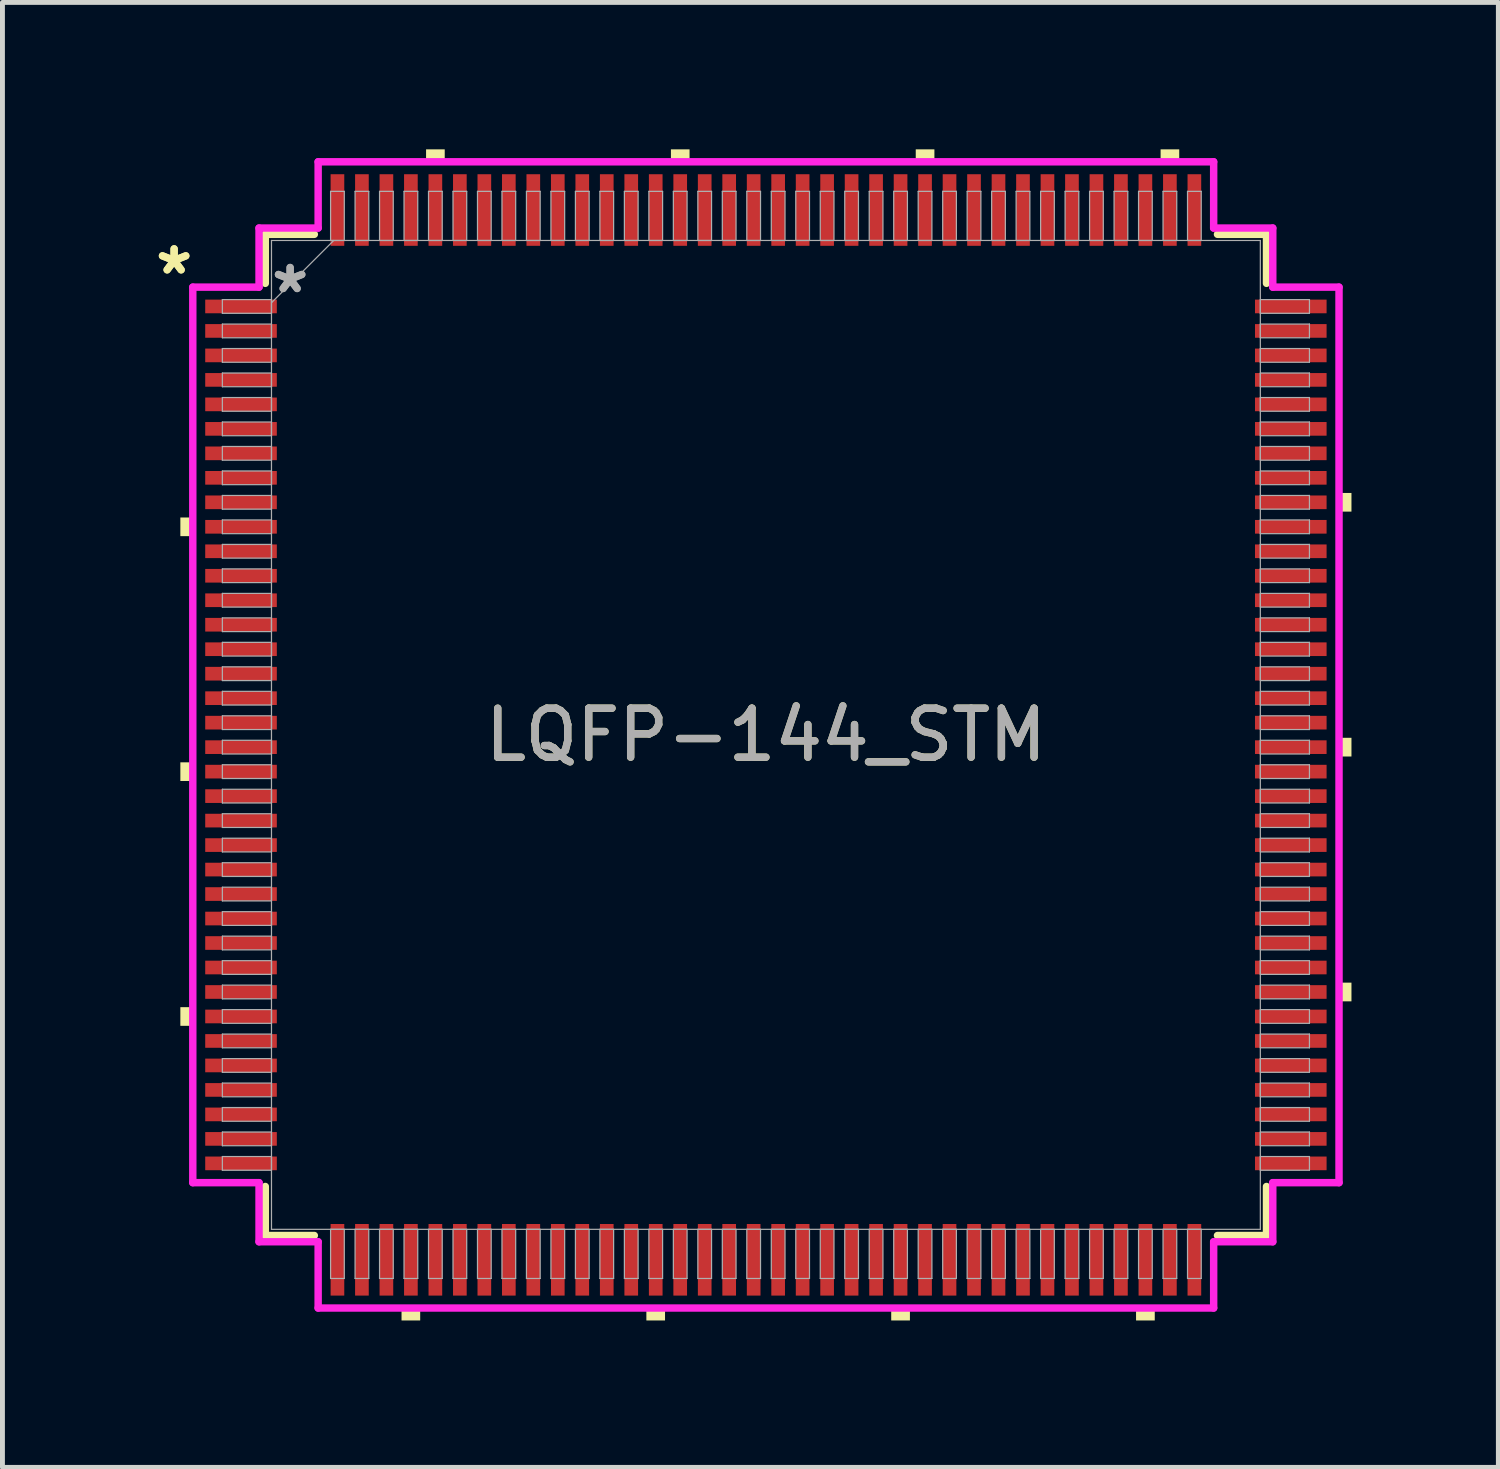
<source format=kicad_pcb>
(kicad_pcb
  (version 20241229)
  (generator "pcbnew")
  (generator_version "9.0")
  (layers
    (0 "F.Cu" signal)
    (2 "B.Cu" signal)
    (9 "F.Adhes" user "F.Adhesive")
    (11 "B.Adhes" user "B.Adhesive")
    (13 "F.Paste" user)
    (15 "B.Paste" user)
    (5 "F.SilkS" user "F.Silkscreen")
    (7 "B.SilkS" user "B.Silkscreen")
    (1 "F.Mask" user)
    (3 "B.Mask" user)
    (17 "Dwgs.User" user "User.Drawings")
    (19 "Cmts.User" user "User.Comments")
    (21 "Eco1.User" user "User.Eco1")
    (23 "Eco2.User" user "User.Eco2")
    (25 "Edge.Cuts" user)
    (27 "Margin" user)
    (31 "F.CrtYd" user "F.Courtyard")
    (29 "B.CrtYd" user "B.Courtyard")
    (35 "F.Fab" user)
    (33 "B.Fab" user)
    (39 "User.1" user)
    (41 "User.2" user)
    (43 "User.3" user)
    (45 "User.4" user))
  (footprint "LQFP-144_STM"
    (layer "F.Cu")
    (at 12.591 11.958)
    (property "Reference" "LQFP-144_STM" (at 0 0 0) (unlocked yes) (layer "F.SilkS") (effects (font (size 1 1) (thickness 0.15))))
    (attr smd)
    (fp_line (start -10.223 -10.223) (end -10.223 -9.222) (stroke (width 0.152) (type solid)) (layer "F.SilkS"))
    (fp_line (start -10.223 9.222) (end -10.223 10.223) (stroke (width 0.152) (type solid)) (layer "F.SilkS"))
    (fp_line (start -10.223 10.223) (end -9.222 10.223) (stroke (width 0.152) (type solid)) (layer "F.SilkS"))
    (fp_line (start -9.222 -10.223) (end -10.223 -10.223) (stroke (width 0.152) (type solid)) (layer "F.SilkS"))
    (fp_line (start 9.222 10.223) (end 10.223 10.223) (stroke (width 0.152) (type solid)) (layer "F.SilkS"))
    (fp_line (start 10.223 -10.223) (end 9.222 -10.223) (stroke (width 0.152) (type solid)) (layer "F.SilkS"))
    (fp_line (start 10.223 -9.222) (end 10.223 -10.223) (stroke (width 0.152) (type solid)) (layer "F.SilkS"))
    (fp_line (start 10.223 10.223) (end 10.223 9.222) (stroke (width 0.152) (type solid)) (layer "F.SilkS"))
    (fp_poly (pts (xy -11.958 -4.44) (xy -11.958 -4.059) (xy -11.704 -4.059) (xy -11.704 -4.44)) (stroke (width 0) (type solid)) (fill yes) (layer "F.SilkS"))
    (fp_poly (pts (xy -11.958 0.56) (xy -11.958 0.941) (xy -11.704 0.941) (xy -11.704 0.56)) (stroke (width 0) (type solid)) (fill yes) (layer "F.SilkS"))
    (fp_poly (pts (xy -11.958 5.56) (xy -11.958 5.941) (xy -11.704 5.941) (xy -11.704 5.56)) (stroke (width 0) (type solid)) (fill yes) (layer "F.SilkS"))
    (fp_poly (pts (xy -7.441 11.704) (xy -7.441 11.958) (xy -7.06 11.958) (xy -7.06 11.704)) (stroke (width 0) (type solid)) (fill yes) (layer "F.SilkS"))
    (fp_poly (pts (xy -6.94 -11.704) (xy -6.94 -11.958) (xy -6.559 -11.958) (xy -6.559 -11.704)) (stroke (width 0) (type solid)) (fill yes) (layer "F.SilkS"))
    (fp_poly (pts (xy -2.441 11.704) (xy -2.441 11.958) (xy -2.06 11.958) (xy -2.06 11.704)) (stroke (width 0) (type solid)) (fill yes) (layer "F.SilkS"))
    (fp_poly (pts (xy -1.94 -11.704) (xy -1.94 -11.958) (xy -1.559 -11.958) (xy -1.559 -11.704)) (stroke (width 0) (type solid)) (fill yes) (layer "F.SilkS"))
    (fp_poly (pts (xy 2.559 11.704) (xy 2.559 11.958) (xy 2.941 11.958) (xy 2.941 11.704)) (stroke (width 0) (type solid)) (fill yes) (layer "F.SilkS"))
    (fp_poly (pts (xy 3.06 -11.704) (xy 3.06 -11.958) (xy 3.441 -11.958) (xy 3.441 -11.704)) (stroke (width 0) (type solid)) (fill yes) (layer "F.SilkS"))
    (fp_poly (pts (xy 7.559 11.704) (xy 7.559 11.958) (xy 7.941 11.958) (xy 7.941 11.704)) (stroke (width 0) (type solid)) (fill yes) (layer "F.SilkS"))
    (fp_poly (pts (xy 8.06 -11.704) (xy 8.06 -11.958) (xy 8.441 -11.958) (xy 8.441 -11.704)) (stroke (width 0) (type solid)) (fill yes) (layer "F.SilkS"))
    (fp_poly (pts (xy 11.958 -4.941) (xy 11.958 -4.56) (xy 11.704 -4.56) (xy 11.704 -4.941)) (stroke (width 0) (type solid)) (fill yes) (layer "F.SilkS"))
    (fp_poly (pts (xy 11.958 0.059) (xy 11.958 0.441) (xy 11.704 0.441) (xy 11.704 0.059)) (stroke (width 0) (type solid)) (fill yes) (layer "F.SilkS"))
    (fp_poly (pts (xy 11.958 5.059) (xy 11.958 5.441) (xy 11.704 5.441) (xy 11.704 5.059)) (stroke (width 0) (type solid)) (fill yes) (layer "F.SilkS"))
    (fp_line (start -11.704 -9.144) (end -10.351 -9.144) (stroke (width 0.152) (type solid)) (layer "F.CrtYd"))
    (fp_line (start -11.704 9.144) (end -11.704 -9.144) (stroke (width 0.152) (type solid)) (layer "F.CrtYd"))
    (fp_line (start -10.351 -10.351) (end -9.144 -10.351) (stroke (width 0.152) (type solid)) (layer "F.CrtYd"))
    (fp_line (start -10.351 -9.144) (end -10.351 -10.351) (stroke (width 0.152) (type solid)) (layer "F.CrtYd"))
    (fp_line (start -10.351 9.144) (end -11.704 9.144) (stroke (width 0.152) (type solid)) (layer "F.CrtYd"))
    (fp_line (start -10.351 10.351) (end -10.351 9.144) (stroke (width 0.152) (type solid)) (layer "F.CrtYd"))
    (fp_line (start -10.351 10.351) (end -9.144 10.351) (stroke (width 0.152) (type solid)) (layer "F.CrtYd"))
    (fp_line (start -9.144 -11.704) (end 9.144 -11.704) (stroke (width 0.152) (type solid)) (layer "F.CrtYd"))
    (fp_line (start -9.144 -10.351) (end -9.144 -11.704) (stroke (width 0.152) (type solid)) (layer "F.CrtYd"))
    (fp_line (start -9.144 10.351) (end -9.144 11.704) (stroke (width 0.152) (type solid)) (layer "F.CrtYd"))
    (fp_line (start -9.144 11.704) (end 9.144 11.704) (stroke (width 0.152) (type solid)) (layer "F.CrtYd"))
    (fp_line (start 9.144 -11.704) (end 9.144 -10.351) (stroke (width 0.152) (type solid)) (layer "F.CrtYd"))
    (fp_line (start 9.144 -10.351) (end 10.351 -10.351) (stroke (width 0.152) (type solid)) (layer "F.CrtYd"))
    (fp_line (start 9.144 10.351) (end 10.351 10.351) (stroke (width 0.152) (type solid)) (layer "F.CrtYd"))
    (fp_line (start 9.144 11.704) (end 9.144 10.351) (stroke (width 0.152) (type solid)) (layer "F.CrtYd"))
    (fp_line (start 10.351 -9.144) (end 10.351 -10.351) (stroke (width 0.152) (type solid)) (layer "F.CrtYd"))
    (fp_line (start 10.351 9.144) (end 11.704 9.144) (stroke (width 0.152) (type solid)) (layer "F.CrtYd"))
    (fp_line (start 10.351 10.351) (end 10.351 9.144) (stroke (width 0.152) (type solid)) (layer "F.CrtYd"))
    (fp_line (start 11.704 -9.144) (end 10.351 -9.144) (stroke (width 0.152) (type solid)) (layer "F.CrtYd"))
    (fp_line (start 11.704 9.144) (end 11.704 -9.144) (stroke (width 0.152) (type solid)) (layer "F.CrtYd"))
    (fp_line (start -11.1 -8.89) (end -11.1 -8.61) (stroke (width 0.025) (type solid)) (layer "F.Fab"))
    (fp_line (start -11.1 -8.61) (end -10.097 -8.61) (stroke (width 0.025) (type solid)) (layer "F.Fab"))
    (fp_line (start -11.1 -8.39) (end -11.1 -8.11) (stroke (width 0.025) (type solid)) (layer "F.Fab"))
    (fp_line (start -11.1 -8.11) (end -10.097 -8.11) (stroke (width 0.025) (type solid)) (layer "F.Fab"))
    (fp_line (start -11.1 -7.89) (end -11.1 -7.61) (stroke (width 0.025) (type solid)) (layer "F.Fab"))
    (fp_line (start -11.1 -7.61) (end -10.097 -7.61) (stroke (width 0.025) (type solid)) (layer "F.Fab"))
    (fp_line (start -11.1 -7.39) (end -11.1 -7.11) (stroke (width 0.025) (type solid)) (layer "F.Fab"))
    (fp_line (start -11.1 -7.11) (end -10.097 -7.11) (stroke (width 0.025) (type solid)) (layer "F.Fab"))
    (fp_line (start -11.1 -6.89) (end -11.1 -6.61) (stroke (width 0.025) (type solid)) (layer "F.Fab"))
    (fp_line (start -11.1 -6.61) (end -10.097 -6.61) (stroke (width 0.025) (type solid)) (layer "F.Fab"))
    (fp_line (start -11.1 -6.39) (end -11.1 -6.11) (stroke (width 0.025) (type solid)) (layer "F.Fab"))
    (fp_line (start -11.1 -6.11) (end -10.097 -6.11) (stroke (width 0.025) (type solid)) (layer "F.Fab"))
    (fp_line (start -11.1 -5.89) (end -11.1 -5.61) (stroke (width 0.025) (type solid)) (layer "F.Fab"))
    (fp_line (start -11.1 -5.61) (end -10.097 -5.61) (stroke (width 0.025) (type solid)) (layer "F.Fab"))
    (fp_line (start -11.1 -5.39) (end -11.1 -5.11) (stroke (width 0.025) (type solid)) (layer "F.Fab"))
    (fp_line (start -11.1 -5.11) (end -10.097 -5.11) (stroke (width 0.025) (type solid)) (layer "F.Fab"))
    (fp_line (start -11.1 -4.89) (end -11.1 -4.61) (stroke (width 0.025) (type solid)) (layer "F.Fab"))
    (fp_line (start -11.1 -4.61) (end -10.097 -4.61) (stroke (width 0.025) (type solid)) (layer "F.Fab"))
    (fp_line (start -11.1 -4.39) (end -11.1 -4.11) (stroke (width 0.025) (type solid)) (layer "F.Fab"))
    (fp_line (start -11.1 -4.11) (end -10.097 -4.11) (stroke (width 0.025) (type solid)) (layer "F.Fab"))
    (fp_line (start -11.1 -3.89) (end -11.1 -3.61) (stroke (width 0.025) (type solid)) (layer "F.Fab"))
    (fp_line (start -11.1 -3.61) (end -10.097 -3.61) (stroke (width 0.025) (type solid)) (layer "F.Fab"))
    (fp_line (start -11.1 -3.39) (end -11.1 -3.11) (stroke (width 0.025) (type solid)) (layer "F.Fab"))
    (fp_line (start -11.1 -3.11) (end -10.097 -3.11) (stroke (width 0.025) (type solid)) (layer "F.Fab"))
    (fp_line (start -11.1 -2.89) (end -11.1 -2.61) (stroke (width 0.025) (type solid)) (layer "F.Fab"))
    (fp_line (start -11.1 -2.61) (end -10.097 -2.61) (stroke (width 0.025) (type solid)) (layer "F.Fab"))
    (fp_line (start -11.1 -2.39) (end -11.1 -2.11) (stroke (width 0.025) (type solid)) (layer "F.Fab"))
    (fp_line (start -11.1 -2.11) (end -10.097 -2.11) (stroke (width 0.025) (type solid)) (layer "F.Fab"))
    (fp_line (start -11.1 -1.89) (end -11.1 -1.61) (stroke (width 0.025) (type solid)) (layer "F.Fab"))
    (fp_line (start -11.1 -1.61) (end -10.097 -1.61) (stroke (width 0.025) (type solid)) (layer "F.Fab"))
    (fp_line (start -11.1 -1.39) (end -11.1 -1.11) (stroke (width 0.025) (type solid)) (layer "F.Fab"))
    (fp_line (start -11.1 -1.11) (end -10.097 -1.11) (stroke (width 0.025) (type solid)) (layer "F.Fab"))
    (fp_line (start -11.1 -0.89) (end -11.1 -0.61) (stroke (width 0.025) (type solid)) (layer "F.Fab"))
    (fp_line (start -11.1 -0.61) (end -10.097 -0.61) (stroke (width 0.025) (type solid)) (layer "F.Fab"))
    (fp_line (start -11.1 -0.39) (end -11.1 -0.11) (stroke (width 0.025) (type solid)) (layer "F.Fab"))
    (fp_line (start -11.1 -0.11) (end -10.097 -0.11) (stroke (width 0.025) (type solid)) (layer "F.Fab"))
    (fp_line (start -11.1 0.11) (end -11.1 0.39) (stroke (width 0.025) (type solid)) (layer "F.Fab"))
    (fp_line (start -11.1 0.39) (end -10.097 0.39) (stroke (width 0.025) (type solid)) (layer "F.Fab"))
    (fp_line (start -11.1 0.61) (end -11.1 0.89) (stroke (width 0.025) (type solid)) (layer "F.Fab"))
    (fp_line (start -11.1 0.89) (end -10.097 0.89) (stroke (width 0.025) (type solid)) (layer "F.Fab"))
    (fp_line (start -11.1 1.11) (end -11.1 1.39) (stroke (width 0.025) (type solid)) (layer "F.Fab"))
    (fp_line (start -11.1 1.39) (end -10.097 1.39) (stroke (width 0.025) (type solid)) (layer "F.Fab"))
    (fp_line (start -11.1 1.61) (end -11.1 1.89) (stroke (width 0.025) (type solid)) (layer "F.Fab"))
    (fp_line (start -11.1 1.89) (end -10.097 1.89) (stroke (width 0.025) (type solid)) (layer "F.Fab"))
    (fp_line (start -11.1 2.11) (end -11.1 2.39) (stroke (width 0.025) (type solid)) (layer "F.Fab"))
    (fp_line (start -11.1 2.39) (end -10.097 2.39) (stroke (width 0.025) (type solid)) (layer "F.Fab"))
    (fp_line (start -11.1 2.61) (end -11.1 2.89) (stroke (width 0.025) (type solid)) (layer "F.Fab"))
    (fp_line (start -11.1 2.89) (end -10.097 2.89) (stroke (width 0.025) (type solid)) (layer "F.Fab"))
    (fp_line (start -11.1 3.11) (end -11.1 3.39) (stroke (width 0.025) (type solid)) (layer "F.Fab"))
    (fp_line (start -11.1 3.39) (end -10.097 3.39) (stroke (width 0.025) (type solid)) (layer "F.Fab"))
    (fp_line (start -11.1 3.61) (end -11.1 3.89) (stroke (width 0.025) (type solid)) (layer "F.Fab"))
    (fp_line (start -11.1 3.89) (end -10.097 3.89) (stroke (width 0.025) (type solid)) (layer "F.Fab"))
    (fp_line (start -11.1 4.11) (end -11.1 4.39) (stroke (width 0.025) (type solid)) (layer "F.Fab"))
    (fp_line (start -11.1 4.39) (end -10.097 4.39) (stroke (width 0.025) (type solid)) (layer "F.Fab"))
    (fp_line (start -11.1 4.61) (end -11.1 4.89) (stroke (width 0.025) (type solid)) (layer "F.Fab"))
    (fp_line (start -11.1 4.89) (end -10.097 4.89) (stroke (width 0.025) (type solid)) (layer "F.Fab"))
    (fp_line (start -11.1 5.11) (end -11.1 5.39) (stroke (width 0.025) (type solid)) (layer "F.Fab"))
    (fp_line (start -11.1 5.39) (end -10.097 5.39) (stroke (width 0.025) (type solid)) (layer "F.Fab"))
    (fp_line (start -11.1 5.61) (end -11.1 5.89) (stroke (width 0.025) (type solid)) (layer "F.Fab"))
    (fp_line (start -11.1 5.89) (end -10.097 5.89) (stroke (width 0.025) (type solid)) (layer "F.Fab"))
    (fp_line (start -11.1 6.11) (end -11.1 6.39) (stroke (width 0.025) (type solid)) (layer "F.Fab"))
    (fp_line (start -11.1 6.39) (end -10.097 6.39) (stroke (width 0.025) (type solid)) (layer "F.Fab"))
    (fp_line (start -11.1 6.61) (end -11.1 6.89) (stroke (width 0.025) (type solid)) (layer "F.Fab"))
    (fp_line (start -11.1 6.89) (end -10.097 6.89) (stroke (width 0.025) (type solid)) (layer "F.Fab"))
    (fp_line (start -11.1 7.11) (end -11.1 7.39) (stroke (width 0.025) (type solid)) (layer "F.Fab"))
    (fp_line (start -11.1 7.39) (end -10.097 7.39) (stroke (width 0.025) (type solid)) (layer "F.Fab"))
    (fp_line (start -11.1 7.61) (end -11.1 7.89) (stroke (width 0.025) (type solid)) (layer "F.Fab"))
    (fp_line (start -11.1 7.89) (end -10.097 7.89) (stroke (width 0.025) (type solid)) (layer "F.Fab"))
    (fp_line (start -11.1 8.11) (end -11.1 8.39) (stroke (width 0.025) (type solid)) (layer "F.Fab"))
    (fp_line (start -11.1 8.39) (end -10.097 8.39) (stroke (width 0.025) (type solid)) (layer "F.Fab"))
    (fp_line (start -11.1 8.61) (end -11.1 8.89) (stroke (width 0.025) (type solid)) (layer "F.Fab"))
    (fp_line (start -11.1 8.89) (end -10.097 8.89) (stroke (width 0.025) (type solid)) (layer "F.Fab"))
    (fp_line (start -10.097 -10.097) (end -10.097 10.097) (stroke (width 0.025) (type solid)) (layer "F.Fab"))
    (fp_line (start -10.097 -8.89) (end -11.1 -8.89) (stroke (width 0.025) (type solid)) (layer "F.Fab"))
    (fp_line (start -10.097 -8.826) (end -8.826 -10.097) (stroke (width 0.025) (type solid)) (layer "F.Fab"))
    (fp_line (start -10.097 -8.61) (end -10.097 -8.89) (stroke (width 0.025) (type solid)) (layer "F.Fab"))
    (fp_line (start -10.097 -8.39) (end -11.1 -8.39) (stroke (width 0.025) (type solid)) (layer "F.Fab"))
    (fp_line (start -10.097 -8.11) (end -10.097 -8.39) (stroke (width 0.025) (type solid)) (layer "F.Fab"))
    (fp_line (start -10.097 -7.89) (end -11.1 -7.89) (stroke (width 0.025) (type solid)) (layer "F.Fab"))
    (fp_line (start -10.097 -7.61) (end -10.097 -7.89) (stroke (width 0.025) (type solid)) (layer "F.Fab"))
    (fp_line (start -10.097 -7.39) (end -11.1 -7.39) (stroke (width 0.025) (type solid)) (layer "F.Fab"))
    (fp_line (start -10.097 -7.11) (end -10.097 -7.39) (stroke (width 0.025) (type solid)) (layer "F.Fab"))
    (fp_line (start -10.097 -6.89) (end -11.1 -6.89) (stroke (width 0.025) (type solid)) (layer "F.Fab"))
    (fp_line (start -10.097 -6.61) (end -10.097 -6.89) (stroke (width 0.025) (type solid)) (layer "F.Fab"))
    (fp_line (start -10.097 -6.39) (end -11.1 -6.39) (stroke (width 0.025) (type solid)) (layer "F.Fab"))
    (fp_line (start -10.097 -6.11) (end -10.097 -6.39) (stroke (width 0.025) (type solid)) (layer "F.Fab"))
    (fp_line (start -10.097 -5.89) (end -11.1 -5.89) (stroke (width 0.025) (type solid)) (layer "F.Fab"))
    (fp_line (start -10.097 -5.61) (end -10.097 -5.89) (stroke (width 0.025) (type solid)) (layer "F.Fab"))
    (fp_line (start -10.097 -5.39) (end -11.1 -5.39) (stroke (width 0.025) (type solid)) (layer "F.Fab"))
    (fp_line (start -10.097 -5.11) (end -10.097 -5.39) (stroke (width 0.025) (type solid)) (layer "F.Fab"))
    (fp_line (start -10.097 -4.89) (end -11.1 -4.89) (stroke (width 0.025) (type solid)) (layer "F.Fab"))
    (fp_line (start -10.097 -4.61) (end -10.097 -4.89) (stroke (width 0.025) (type solid)) (layer "F.Fab"))
    (fp_line (start -10.097 -4.39) (end -11.1 -4.39) (stroke (width 0.025) (type solid)) (layer "F.Fab"))
    (fp_line (start -10.097 -4.11) (end -10.097 -4.39) (stroke (width 0.025) (type solid)) (layer "F.Fab"))
    (fp_line (start -10.097 -3.89) (end -11.1 -3.89) (stroke (width 0.025) (type solid)) (layer "F.Fab"))
    (fp_line (start -10.097 -3.61) (end -10.097 -3.89) (stroke (width 0.025) (type solid)) (layer "F.Fab"))
    (fp_line (start -10.097 -3.39) (end -11.1 -3.39) (stroke (width 0.025) (type solid)) (layer "F.Fab"))
    (fp_line (start -10.097 -3.11) (end -10.097 -3.39) (stroke (width 0.025) (type solid)) (layer "F.Fab"))
    (fp_line (start -10.097 -2.89) (end -11.1 -2.89) (stroke (width 0.025) (type solid)) (layer "F.Fab"))
    (fp_line (start -10.097 -2.61) (end -10.097 -2.89) (stroke (width 0.025) (type solid)) (layer "F.Fab"))
    (fp_line (start -10.097 -2.39) (end -11.1 -2.39) (stroke (width 0.025) (type solid)) (layer "F.Fab"))
    (fp_line (start -10.097 -2.11) (end -10.097 -2.39) (stroke (width 0.025) (type solid)) (layer "F.Fab"))
    (fp_line (start -10.097 -1.89) (end -11.1 -1.89) (stroke (width 0.025) (type solid)) (layer "F.Fab"))
    (fp_line (start -10.097 -1.61) (end -10.097 -1.89) (stroke (width 0.025) (type solid)) (layer "F.Fab"))
    (fp_line (start -10.097 -1.39) (end -11.1 -1.39) (stroke (width 0.025) (type solid)) (layer "F.Fab"))
    (fp_line (start -10.097 -1.11) (end -10.097 -1.39) (stroke (width 0.025) (type solid)) (layer "F.Fab"))
    (fp_line (start -10.097 -0.89) (end -11.1 -0.89) (stroke (width 0.025) (type solid)) (layer "F.Fab"))
    (fp_line (start -10.097 -0.61) (end -10.097 -0.89) (stroke (width 0.025) (type solid)) (layer "F.Fab"))
    (fp_line (start -10.097 -0.39) (end -11.1 -0.39) (stroke (width 0.025) (type solid)) (layer "F.Fab"))
    (fp_line (start -10.097 -0.11) (end -10.097 -0.39) (stroke (width 0.025) (type solid)) (layer "F.Fab"))
    (fp_line (start -10.097 0.11) (end -11.1 0.11) (stroke (width 0.025) (type solid)) (layer "F.Fab"))
    (fp_line (start -10.097 0.39) (end -10.097 0.11) (stroke (width 0.025) (type solid)) (layer "F.Fab"))
    (fp_line (start -10.097 0.61) (end -11.1 0.61) (stroke (width 0.025) (type solid)) (layer "F.Fab"))
    (fp_line (start -10.097 0.89) (end -10.097 0.61) (stroke (width 0.025) (type solid)) (layer "F.Fab"))
    (fp_line (start -10.097 1.11) (end -11.1 1.11) (stroke (width 0.025) (type solid)) (layer "F.Fab"))
    (fp_line (start -10.097 1.39) (end -10.097 1.11) (stroke (width 0.025) (type solid)) (layer "F.Fab"))
    (fp_line (start -10.097 1.61) (end -11.1 1.61) (stroke (width 0.025) (type solid)) (layer "F.Fab"))
    (fp_line (start -10.097 1.89) (end -10.097 1.61) (stroke (width 0.025) (type solid)) (layer "F.Fab"))
    (fp_line (start -10.097 2.11) (end -11.1 2.11) (stroke (width 0.025) (type solid)) (layer "F.Fab"))
    (fp_line (start -10.097 2.39) (end -10.097 2.11) (stroke (width 0.025) (type solid)) (layer "F.Fab"))
    (fp_line (start -10.097 2.61) (end -11.1 2.61) (stroke (width 0.025) (type solid)) (layer "F.Fab"))
    (fp_line (start -10.097 2.89) (end -10.097 2.61) (stroke (width 0.025) (type solid)) (layer "F.Fab"))
    (fp_line (start -10.097 3.11) (end -11.1 3.11) (stroke (width 0.025) (type solid)) (layer "F.Fab"))
    (fp_line (start -10.097 3.39) (end -10.097 3.11) (stroke (width 0.025) (type solid)) (layer "F.Fab"))
    (fp_line (start -10.097 3.61) (end -11.1 3.61) (stroke (width 0.025) (type solid)) (layer "F.Fab"))
    (fp_line (start -10.097 3.89) (end -10.097 3.61) (stroke (width 0.025) (type solid)) (layer "F.Fab"))
    (fp_line (start -10.097 4.11) (end -11.1 4.11) (stroke (width 0.025) (type solid)) (layer "F.Fab"))
    (fp_line (start -10.097 4.39) (end -10.097 4.11) (stroke (width 0.025) (type solid)) (layer "F.Fab"))
    (fp_line (start -10.097 4.61) (end -11.1 4.61) (stroke (width 0.025) (type solid)) (layer "F.Fab"))
    (fp_line (start -10.097 4.89) (end -10.097 4.61) (stroke (width 0.025) (type solid)) (layer "F.Fab"))
    (fp_line (start -10.097 5.11) (end -11.1 5.11) (stroke (width 0.025) (type solid)) (layer "F.Fab"))
    (fp_line (start -10.097 5.39) (end -10.097 5.11) (stroke (width 0.025) (type solid)) (layer "F.Fab"))
    (fp_line (start -10.097 5.61) (end -11.1 5.61) (stroke (width 0.025) (type solid)) (layer "F.Fab"))
    (fp_line (start -10.097 5.89) (end -10.097 5.61) (stroke (width 0.025) (type solid)) (layer "F.Fab"))
    (fp_line (start -10.097 6.11) (end -11.1 6.11) (stroke (width 0.025) (type solid)) (layer "F.Fab"))
    (fp_line (start -10.097 6.39) (end -10.097 6.11) (stroke (width 0.025) (type solid)) (layer "F.Fab"))
    (fp_line (start -10.097 6.61) (end -11.1 6.61) (stroke (width 0.025) (type solid)) (layer "F.Fab"))
    (fp_line (start -10.097 6.89) (end -10.097 6.61) (stroke (width 0.025) (type solid)) (layer "F.Fab"))
    (fp_line (start -10.097 7.11) (end -11.1 7.11) (stroke (width 0.025) (type solid)) (layer "F.Fab"))
    (fp_line (start -10.097 7.39) (end -10.097 7.11) (stroke (width 0.025) (type solid)) (layer "F.Fab"))
    (fp_line (start -10.097 7.61) (end -11.1 7.61) (stroke (width 0.025) (type solid)) (layer "F.Fab"))
    (fp_line (start -10.097 7.89) (end -10.097 7.61) (stroke (width 0.025) (type solid)) (layer "F.Fab"))
    (fp_line (start -10.097 8.11) (end -11.1 8.11) (stroke (width 0.025) (type solid)) (layer "F.Fab"))
    (fp_line (start -10.097 8.39) (end -10.097 8.11) (stroke (width 0.025) (type solid)) (layer "F.Fab"))
    (fp_line (start -10.097 8.61) (end -11.1 8.61) (stroke (width 0.025) (type solid)) (layer "F.Fab"))
    (fp_line (start -10.097 8.89) (end -10.097 8.61) (stroke (width 0.025) (type solid)) (layer "F.Fab"))
    (fp_line (start -10.097 10.097) (end 10.097 10.097) (stroke (width 0.025) (type solid)) (layer "F.Fab"))
    (fp_line (start -8.89 -11.1) (end -8.89 -10.097) (stroke (width 0.025) (type solid)) (layer "F.Fab"))
    (fp_line (start -8.89 -10.097) (end -8.61 -10.097) (stroke (width 0.025) (type solid)) (layer "F.Fab"))
    (fp_line (start -8.89 10.097) (end -8.89 11.1) (stroke (width 0.025) (type solid)) (layer "F.Fab"))
    (fp_line (start -8.89 11.1) (end -8.61 11.1) (stroke (width 0.025) (type solid)) (layer "F.Fab"))
    (fp_line (start -8.61 -11.1) (end -8.89 -11.1) (stroke (width 0.025) (type solid)) (layer "F.Fab"))
    (fp_line (start -8.61 -10.097) (end -8.61 -11.1) (stroke (width 0.025) (type solid)) (layer "F.Fab"))
    (fp_line (start -8.61 10.097) (end -8.89 10.097) (stroke (width 0.025) (type solid)) (layer "F.Fab"))
    (fp_line (start -8.61 11.1) (end -8.61 10.097) (stroke (width 0.025) (type solid)) (layer "F.Fab"))
    (fp_line (start -8.39 -11.1) (end -8.39 -10.097) (stroke (width 0.025) (type solid)) (layer "F.Fab"))
    (fp_line (start -8.39 -10.097) (end -8.11 -10.097) (stroke (width 0.025) (type solid)) (layer "F.Fab"))
    (fp_line (start -8.39 10.097) (end -8.39 11.1) (stroke (width 0.025) (type solid)) (layer "F.Fab"))
    (fp_line (start -8.39 11.1) (end -8.11 11.1) (stroke (width 0.025) (type solid)) (layer "F.Fab"))
    (fp_line (start -8.11 -11.1) (end -8.39 -11.1) (stroke (width 0.025) (type solid)) (layer "F.Fab"))
    (fp_line (start -8.11 -10.097) (end -8.11 -11.1) (stroke (width 0.025) (type solid)) (layer "F.Fab"))
    (fp_line (start -8.11 10.097) (end -8.39 10.097) (stroke (width 0.025) (type solid)) (layer "F.Fab"))
    (fp_line (start -8.11 11.1) (end -8.11 10.097) (stroke (width 0.025) (type solid)) (layer "F.Fab"))
    (fp_line (start -7.89 -11.1) (end -7.89 -10.097) (stroke (width 0.025) (type solid)) (layer "F.Fab"))
    (fp_line (start -7.89 -10.097) (end -7.61 -10.097) (stroke (width 0.025) (type solid)) (layer "F.Fab"))
    (fp_line (start -7.89 10.097) (end -7.89 11.1) (stroke (width 0.025) (type solid)) (layer "F.Fab"))
    (fp_line (start -7.89 11.1) (end -7.61 11.1) (stroke (width 0.025) (type solid)) (layer "F.Fab"))
    (fp_line (start -7.61 -11.1) (end -7.89 -11.1) (stroke (width 0.025) (type solid)) (layer "F.Fab"))
    (fp_line (start -7.61 -10.097) (end -7.61 -11.1) (stroke (width 0.025) (type solid)) (layer "F.Fab"))
    (fp_line (start -7.61 10.097) (end -7.89 10.097) (stroke (width 0.025) (type solid)) (layer "F.Fab"))
    (fp_line (start -7.61 11.1) (end -7.61 10.097) (stroke (width 0.025) (type solid)) (layer "F.Fab"))
    (fp_line (start -7.39 -11.1) (end -7.39 -10.097) (stroke (width 0.025) (type solid)) (layer "F.Fab"))
    (fp_line (start -7.39 -10.097) (end -7.11 -10.097) (stroke (width 0.025) (type solid)) (layer "F.Fab"))
    (fp_line (start -7.39 10.097) (end -7.39 11.1) (stroke (width 0.025) (type solid)) (layer "F.Fab"))
    (fp_line (start -7.39 11.1) (end -7.11 11.1) (stroke (width 0.025) (type solid)) (layer "F.Fab"))
    (fp_line (start -7.11 -11.1) (end -7.39 -11.1) (stroke (width 0.025) (type solid)) (layer "F.Fab"))
    (fp_line (start -7.11 -10.097) (end -7.11 -11.1) (stroke (width 0.025) (type solid)) (layer "F.Fab"))
    (fp_line (start -7.11 10.097) (end -7.39 10.097) (stroke (width 0.025) (type solid)) (layer "F.Fab"))
    (fp_line (start -7.11 11.1) (end -7.11 10.097) (stroke (width 0.025) (type solid)) (layer "F.Fab"))
    (fp_line (start -6.89 -11.1) (end -6.89 -10.097) (stroke (width 0.025) (type solid)) (layer "F.Fab"))
    (fp_line (start -6.89 -10.097) (end -6.61 -10.097) (stroke (width 0.025) (type solid)) (layer "F.Fab"))
    (fp_line (start -6.89 10.097) (end -6.89 11.1) (stroke (width 0.025) (type solid)) (layer "F.Fab"))
    (fp_line (start -6.89 11.1) (end -6.61 11.1) (stroke (width 0.025) (type solid)) (layer "F.Fab"))
    (fp_line (start -6.61 -11.1) (end -6.89 -11.1) (stroke (width 0.025) (type solid)) (layer "F.Fab"))
    (fp_line (start -6.61 -10.097) (end -6.61 -11.1) (stroke (width 0.025) (type solid)) (layer "F.Fab"))
    (fp_line (start -6.61 10.097) (end -6.89 10.097) (stroke (width 0.025) (type solid)) (layer "F.Fab"))
    (fp_line (start -6.61 11.1) (end -6.61 10.097) (stroke (width 0.025) (type solid)) (layer "F.Fab"))
    (fp_line (start -6.39 -11.1) (end -6.39 -10.097) (stroke (width 0.025) (type solid)) (layer "F.Fab"))
    (fp_line (start -6.39 -10.097) (end -6.11 -10.097) (stroke (width 0.025) (type solid)) (layer "F.Fab"))
    (fp_line (start -6.39 10.097) (end -6.39 11.1) (stroke (width 0.025) (type solid)) (layer "F.Fab"))
    (fp_line (start -6.39 11.1) (end -6.11 11.1) (stroke (width 0.025) (type solid)) (layer "F.Fab"))
    (fp_line (start -6.11 -11.1) (end -6.39 -11.1) (stroke (width 0.025) (type solid)) (layer "F.Fab"))
    (fp_line (start -6.11 -10.097) (end -6.11 -11.1) (stroke (width 0.025) (type solid)) (layer "F.Fab"))
    (fp_line (start -6.11 10.097) (end -6.39 10.097) (stroke (width 0.025) (type solid)) (layer "F.Fab"))
    (fp_line (start -6.11 11.1) (end -6.11 10.097) (stroke (width 0.025) (type solid)) (layer "F.Fab"))
    (fp_line (start -5.89 -11.1) (end -5.89 -10.097) (stroke (width 0.025) (type solid)) (layer "F.Fab"))
    (fp_line (start -5.89 -10.097) (end -5.61 -10.097) (stroke (width 0.025) (type solid)) (layer "F.Fab"))
    (fp_line (start -5.89 10.097) (end -5.89 11.1) (stroke (width 0.025) (type solid)) (layer "F.Fab"))
    (fp_line (start -5.89 11.1) (end -5.61 11.1) (stroke (width 0.025) (type solid)) (layer "F.Fab"))
    (fp_line (start -5.61 -11.1) (end -5.89 -11.1) (stroke (width 0.025) (type solid)) (layer "F.Fab"))
    (fp_line (start -5.61 -10.097) (end -5.61 -11.1) (stroke (width 0.025) (type solid)) (layer "F.Fab"))
    (fp_line (start -5.61 10.097) (end -5.89 10.097) (stroke (width 0.025) (type solid)) (layer "F.Fab"))
    (fp_line (start -5.61 11.1) (end -5.61 10.097) (stroke (width 0.025) (type solid)) (layer "F.Fab"))
    (fp_line (start -5.39 -11.1) (end -5.39 -10.097) (stroke (width 0.025) (type solid)) (layer "F.Fab"))
    (fp_line (start -5.39 -10.097) (end -5.11 -10.097) (stroke (width 0.025) (type solid)) (layer "F.Fab"))
    (fp_line (start -5.39 10.097) (end -5.39 11.1) (stroke (width 0.025) (type solid)) (layer "F.Fab"))
    (fp_line (start -5.39 11.1) (end -5.11 11.1) (stroke (width 0.025) (type solid)) (layer "F.Fab"))
    (fp_line (start -5.11 -11.1) (end -5.39 -11.1) (stroke (width 0.025) (type solid)) (layer "F.Fab"))
    (fp_line (start -5.11 -10.097) (end -5.11 -11.1) (stroke (width 0.025) (type solid)) (layer "F.Fab"))
    (fp_line (start -5.11 10.097) (end -5.39 10.097) (stroke (width 0.025) (type solid)) (layer "F.Fab"))
    (fp_line (start -5.11 11.1) (end -5.11 10.097) (stroke (width 0.025) (type solid)) (layer "F.Fab"))
    (fp_line (start -4.89 -11.1) (end -4.89 -10.097) (stroke (width 0.025) (type solid)) (layer "F.Fab"))
    (fp_line (start -4.89 -10.097) (end -4.61 -10.097) (stroke (width 0.025) (type solid)) (layer "F.Fab"))
    (fp_line (start -4.89 10.097) (end -4.89 11.1) (stroke (width 0.025) (type solid)) (layer "F.Fab"))
    (fp_line (start -4.89 11.1) (end -4.61 11.1) (stroke (width 0.025) (type solid)) (layer "F.Fab"))
    (fp_line (start -4.61 -11.1) (end -4.89 -11.1) (stroke (width 0.025) (type solid)) (layer "F.Fab"))
    (fp_line (start -4.61 -10.097) (end -4.61 -11.1) (stroke (width 0.025) (type solid)) (layer "F.Fab"))
    (fp_line (start -4.61 10.097) (end -4.89 10.097) (stroke (width 0.025) (type solid)) (layer "F.Fab"))
    (fp_line (start -4.61 11.1) (end -4.61 10.097) (stroke (width 0.025) (type solid)) (layer "F.Fab"))
    (fp_line (start -4.39 -11.1) (end -4.39 -10.097) (stroke (width 0.025) (type solid)) (layer "F.Fab"))
    (fp_line (start -4.39 -10.097) (end -4.11 -10.097) (stroke (width 0.025) (type solid)) (layer "F.Fab"))
    (fp_line (start -4.39 10.097) (end -4.39 11.1) (stroke (width 0.025) (type solid)) (layer "F.Fab"))
    (fp_line (start -4.39 11.1) (end -4.11 11.1) (stroke (width 0.025) (type solid)) (layer "F.Fab"))
    (fp_line (start -4.11 -11.1) (end -4.39 -11.1) (stroke (width 0.025) (type solid)) (layer "F.Fab"))
    (fp_line (start -4.11 -10.097) (end -4.11 -11.1) (stroke (width 0.025) (type solid)) (layer "F.Fab"))
    (fp_line (start -4.11 10.097) (end -4.39 10.097) (stroke (width 0.025) (type solid)) (layer "F.Fab"))
    (fp_line (start -4.11 11.1) (end -4.11 10.097) (stroke (width 0.025) (type solid)) (layer "F.Fab"))
    (fp_line (start -3.89 -11.1) (end -3.89 -10.097) (stroke (width 0.025) (type solid)) (layer "F.Fab"))
    (fp_line (start -3.89 -10.097) (end -3.61 -10.097) (stroke (width 0.025) (type solid)) (layer "F.Fab"))
    (fp_line (start -3.89 10.097) (end -3.89 11.1) (stroke (width 0.025) (type solid)) (layer "F.Fab"))
    (fp_line (start -3.89 11.1) (end -3.61 11.1) (stroke (width 0.025) (type solid)) (layer "F.Fab"))
    (fp_line (start -3.61 -11.1) (end -3.89 -11.1) (stroke (width 0.025) (type solid)) (layer "F.Fab"))
    (fp_line (start -3.61 -10.097) (end -3.61 -11.1) (stroke (width 0.025) (type solid)) (layer "F.Fab"))
    (fp_line (start -3.61 10.097) (end -3.89 10.097) (stroke (width 0.025) (type solid)) (layer "F.Fab"))
    (fp_line (start -3.61 11.1) (end -3.61 10.097) (stroke (width 0.025) (type solid)) (layer "F.Fab"))
    (fp_line (start -3.39 -11.1) (end -3.39 -10.097) (stroke (width 0.025) (type solid)) (layer "F.Fab"))
    (fp_line (start -3.39 -10.097) (end -3.11 -10.097) (stroke (width 0.025) (type solid)) (layer "F.Fab"))
    (fp_line (start -3.39 10.097) (end -3.39 11.1) (stroke (width 0.025) (type solid)) (layer "F.Fab"))
    (fp_line (start -3.39 11.1) (end -3.11 11.1) (stroke (width 0.025) (type solid)) (layer "F.Fab"))
    (fp_line (start -3.11 -11.1) (end -3.39 -11.1) (stroke (width 0.025) (type solid)) (layer "F.Fab"))
    (fp_line (start -3.11 -10.097) (end -3.11 -11.1) (stroke (width 0.025) (type solid)) (layer "F.Fab"))
    (fp_line (start -3.11 10.097) (end -3.39 10.097) (stroke (width 0.025) (type solid)) (layer "F.Fab"))
    (fp_line (start -3.11 11.1) (end -3.11 10.097) (stroke (width 0.025) (type solid)) (layer "F.Fab"))
    (fp_line (start -2.89 -11.1) (end -2.89 -10.097) (stroke (width 0.025) (type solid)) (layer "F.Fab"))
    (fp_line (start -2.89 -10.097) (end -2.61 -10.097) (stroke (width 0.025) (type solid)) (layer "F.Fab"))
    (fp_line (start -2.89 10.097) (end -2.89 11.1) (stroke (width 0.025) (type solid)) (layer "F.Fab"))
    (fp_line (start -2.89 11.1) (end -2.61 11.1) (stroke (width 0.025) (type solid)) (layer "F.Fab"))
    (fp_line (start -2.61 -11.1) (end -2.89 -11.1) (stroke (width 0.025) (type solid)) (layer "F.Fab"))
    (fp_line (start -2.61 -10.097) (end -2.61 -11.1) (stroke (width 0.025) (type solid)) (layer "F.Fab"))
    (fp_line (start -2.61 10.097) (end -2.89 10.097) (stroke (width 0.025) (type solid)) (layer "F.Fab"))
    (fp_line (start -2.61 11.1) (end -2.61 10.097) (stroke (width 0.025) (type solid)) (layer "F.Fab"))
    (fp_line (start -2.39 -11.1) (end -2.39 -10.097) (stroke (width 0.025) (type solid)) (layer "F.Fab"))
    (fp_line (start -2.39 -10.097) (end -2.11 -10.097) (stroke (width 0.025) (type solid)) (layer "F.Fab"))
    (fp_line (start -2.39 10.097) (end -2.39 11.1) (stroke (width 0.025) (type solid)) (layer "F.Fab"))
    (fp_line (start -2.39 11.1) (end -2.11 11.1) (stroke (width 0.025) (type solid)) (layer "F.Fab"))
    (fp_line (start -2.11 -11.1) (end -2.39 -11.1) (stroke (width 0.025) (type solid)) (layer "F.Fab"))
    (fp_line (start -2.11 -10.097) (end -2.11 -11.1) (stroke (width 0.025) (type solid)) (layer "F.Fab"))
    (fp_line (start -2.11 10.097) (end -2.39 10.097) (stroke (width 0.025) (type solid)) (layer "F.Fab"))
    (fp_line (start -2.11 11.1) (end -2.11 10.097) (stroke (width 0.025) (type solid)) (layer "F.Fab"))
    (fp_line (start -1.89 -11.1) (end -1.89 -10.097) (stroke (width 0.025) (type solid)) (layer "F.Fab"))
    (fp_line (start -1.89 -10.097) (end -1.61 -10.097) (stroke (width 0.025) (type solid)) (layer "F.Fab"))
    (fp_line (start -1.89 10.097) (end -1.89 11.1) (stroke (width 0.025) (type solid)) (layer "F.Fab"))
    (fp_line (start -1.89 11.1) (end -1.61 11.1) (stroke (width 0.025) (type solid)) (layer "F.Fab"))
    (fp_line (start -1.61 -11.1) (end -1.89 -11.1) (stroke (width 0.025) (type solid)) (layer "F.Fab"))
    (fp_line (start -1.61 -10.097) (end -1.61 -11.1) (stroke (width 0.025) (type solid)) (layer "F.Fab"))
    (fp_line (start -1.61 10.097) (end -1.89 10.097) (stroke (width 0.025) (type solid)) (layer "F.Fab"))
    (fp_line (start -1.61 11.1) (end -1.61 10.097) (stroke (width 0.025) (type solid)) (layer "F.Fab"))
    (fp_line (start -1.39 -11.1) (end -1.39 -10.097) (stroke (width 0.025) (type solid)) (layer "F.Fab"))
    (fp_line (start -1.39 -10.097) (end -1.11 -10.097) (stroke (width 0.025) (type solid)) (layer "F.Fab"))
    (fp_line (start -1.39 10.097) (end -1.39 11.1) (stroke (width 0.025) (type solid)) (layer "F.Fab"))
    (fp_line (start -1.39 11.1) (end -1.11 11.1) (stroke (width 0.025) (type solid)) (layer "F.Fab"))
    (fp_line (start -1.11 -11.1) (end -1.39 -11.1) (stroke (width 0.025) (type solid)) (layer "F.Fab"))
    (fp_line (start -1.11 -10.097) (end -1.11 -11.1) (stroke (width 0.025) (type solid)) (layer "F.Fab"))
    (fp_line (start -1.11 10.097) (end -1.39 10.097) (stroke (width 0.025) (type solid)) (layer "F.Fab"))
    (fp_line (start -1.11 11.1) (end -1.11 10.097) (stroke (width 0.025) (type solid)) (layer "F.Fab"))
    (fp_line (start -0.89 -11.1) (end -0.89 -10.097) (stroke (width 0.025) (type solid)) (layer "F.Fab"))
    (fp_line (start -0.89 -10.097) (end -0.61 -10.097) (stroke (width 0.025) (type solid)) (layer "F.Fab"))
    (fp_line (start -0.89 10.097) (end -0.89 11.1) (stroke (width 0.025) (type solid)) (layer "F.Fab"))
    (fp_line (start -0.89 11.1) (end -0.61 11.1) (stroke (width 0.025) (type solid)) (layer "F.Fab"))
    (fp_line (start -0.61 -11.1) (end -0.89 -11.1) (stroke (width 0.025) (type solid)) (layer "F.Fab"))
    (fp_line (start -0.61 -10.097) (end -0.61 -11.1) (stroke (width 0.025) (type solid)) (layer "F.Fab"))
    (fp_line (start -0.61 10.097) (end -0.89 10.097) (stroke (width 0.025) (type solid)) (layer "F.Fab"))
    (fp_line (start -0.61 11.1) (end -0.61 10.097) (stroke (width 0.025) (type solid)) (layer "F.Fab"))
    (fp_line (start -0.39 -11.1) (end -0.39 -10.097) (stroke (width 0.025) (type solid)) (layer "F.Fab"))
    (fp_line (start -0.39 -10.097) (end -0.11 -10.097) (stroke (width 0.025) (type solid)) (layer "F.Fab"))
    (fp_line (start -0.39 10.097) (end -0.39 11.1) (stroke (width 0.025) (type solid)) (layer "F.Fab"))
    (fp_line (start -0.39 11.1) (end -0.11 11.1) (stroke (width 0.025) (type solid)) (layer "F.Fab"))
    (fp_line (start -0.11 -11.1) (end -0.39 -11.1) (stroke (width 0.025) (type solid)) (layer "F.Fab"))
    (fp_line (start -0.11 -10.097) (end -0.11 -11.1) (stroke (width 0.025) (type solid)) (layer "F.Fab"))
    (fp_line (start -0.11 10.097) (end -0.39 10.097) (stroke (width 0.025) (type solid)) (layer "F.Fab"))
    (fp_line (start -0.11 11.1) (end -0.11 10.097) (stroke (width 0.025) (type solid)) (layer "F.Fab"))
    (fp_line (start 0.11 -11.1) (end 0.11 -10.097) (stroke (width 0.025) (type solid)) (layer "F.Fab"))
    (fp_line (start 0.11 -10.097) (end 0.39 -10.097) (stroke (width 0.025) (type solid)) (layer "F.Fab"))
    (fp_line (start 0.11 10.097) (end 0.11 11.1) (stroke (width 0.025) (type solid)) (layer "F.Fab"))
    (fp_line (start 0.11 11.1) (end 0.39 11.1) (stroke (width 0.025) (type solid)) (layer "F.Fab"))
    (fp_line (start 0.39 -11.1) (end 0.11 -11.1) (stroke (width 0.025) (type solid)) (layer "F.Fab"))
    (fp_line (start 0.39 -10.097) (end 0.39 -11.1) (stroke (width 0.025) (type solid)) (layer "F.Fab"))
    (fp_line (start 0.39 10.097) (end 0.11 10.097) (stroke (width 0.025) (type solid)) (layer "F.Fab"))
    (fp_line (start 0.39 11.1) (end 0.39 10.097) (stroke (width 0.025) (type solid)) (layer "F.Fab"))
    (fp_line (start 0.61 -11.1) (end 0.61 -10.097) (stroke (width 0.025) (type solid)) (layer "F.Fab"))
    (fp_line (start 0.61 -10.097) (end 0.89 -10.097) (stroke (width 0.025) (type solid)) (layer "F.Fab"))
    (fp_line (start 0.61 10.097) (end 0.61 11.1) (stroke (width 0.025) (type solid)) (layer "F.Fab"))
    (fp_line (start 0.61 11.1) (end 0.89 11.1) (stroke (width 0.025) (type solid)) (layer "F.Fab"))
    (fp_line (start 0.89 -11.1) (end 0.61 -11.1) (stroke (width 0.025) (type solid)) (layer "F.Fab"))
    (fp_line (start 0.89 -10.097) (end 0.89 -11.1) (stroke (width 0.025) (type solid)) (layer "F.Fab"))
    (fp_line (start 0.89 10.097) (end 0.61 10.097) (stroke (width 0.025) (type solid)) (layer "F.Fab"))
    (fp_line (start 0.89 11.1) (end 0.89 10.097) (stroke (width 0.025) (type solid)) (layer "F.Fab"))
    (fp_line (start 1.11 -11.1) (end 1.11 -10.097) (stroke (width 0.025) (type solid)) (layer "F.Fab"))
    (fp_line (start 1.11 -10.097) (end 1.39 -10.097) (stroke (width 0.025) (type solid)) (layer "F.Fab"))
    (fp_line (start 1.11 10.097) (end 1.11 11.1) (stroke (width 0.025) (type solid)) (layer "F.Fab"))
    (fp_line (start 1.11 11.1) (end 1.39 11.1) (stroke (width 0.025) (type solid)) (layer "F.Fab"))
    (fp_line (start 1.39 -11.1) (end 1.11 -11.1) (stroke (width 0.025) (type solid)) (layer "F.Fab"))
    (fp_line (start 1.39 -10.097) (end 1.39 -11.1) (stroke (width 0.025) (type solid)) (layer "F.Fab"))
    (fp_line (start 1.39 10.097) (end 1.11 10.097) (stroke (width 0.025) (type solid)) (layer "F.Fab"))
    (fp_line (start 1.39 11.1) (end 1.39 10.097) (stroke (width 0.025) (type solid)) (layer "F.Fab"))
    (fp_line (start 1.61 -11.1) (end 1.61 -10.097) (stroke (width 0.025) (type solid)) (layer "F.Fab"))
    (fp_line (start 1.61 -10.097) (end 1.89 -10.097) (stroke (width 0.025) (type solid)) (layer "F.Fab"))
    (fp_line (start 1.61 10.097) (end 1.61 11.1) (stroke (width 0.025) (type solid)) (layer "F.Fab"))
    (fp_line (start 1.61 11.1) (end 1.89 11.1) (stroke (width 0.025) (type solid)) (layer "F.Fab"))
    (fp_line (start 1.89 -11.1) (end 1.61 -11.1) (stroke (width 0.025) (type solid)) (layer "F.Fab"))
    (fp_line (start 1.89 -10.097) (end 1.89 -11.1) (stroke (width 0.025) (type solid)) (layer "F.Fab"))
    (fp_line (start 1.89 10.097) (end 1.61 10.097) (stroke (width 0.025) (type solid)) (layer "F.Fab"))
    (fp_line (start 1.89 11.1) (end 1.89 10.097) (stroke (width 0.025) (type solid)) (layer "F.Fab"))
    (fp_line (start 2.11 -11.1) (end 2.11 -10.097) (stroke (width 0.025) (type solid)) (layer "F.Fab"))
    (fp_line (start 2.11 -10.097) (end 2.39 -10.097) (stroke (width 0.025) (type solid)) (layer "F.Fab"))
    (fp_line (start 2.11 10.097) (end 2.11 11.1) (stroke (width 0.025) (type solid)) (layer "F.Fab"))
    (fp_line (start 2.11 11.1) (end 2.39 11.1) (stroke (width 0.025) (type solid)) (layer "F.Fab"))
    (fp_line (start 2.39 -11.1) (end 2.11 -11.1) (stroke (width 0.025) (type solid)) (layer "F.Fab"))
    (fp_line (start 2.39 -10.097) (end 2.39 -11.1) (stroke (width 0.025) (type solid)) (layer "F.Fab"))
    (fp_line (start 2.39 10.097) (end 2.11 10.097) (stroke (width 0.025) (type solid)) (layer "F.Fab"))
    (fp_line (start 2.39 11.1) (end 2.39 10.097) (stroke (width 0.025) (type solid)) (layer "F.Fab"))
    (fp_line (start 2.61 -11.1) (end 2.61 -10.097) (stroke (width 0.025) (type solid)) (layer "F.Fab"))
    (fp_line (start 2.61 -10.097) (end 2.89 -10.097) (stroke (width 0.025) (type solid)) (layer "F.Fab"))
    (fp_line (start 2.61 10.097) (end 2.61 11.1) (stroke (width 0.025) (type solid)) (layer "F.Fab"))
    (fp_line (start 2.61 11.1) (end 2.89 11.1) (stroke (width 0.025) (type solid)) (layer "F.Fab"))
    (fp_line (start 2.89 -11.1) (end 2.61 -11.1) (stroke (width 0.025) (type solid)) (layer "F.Fab"))
    (fp_line (start 2.89 -10.097) (end 2.89 -11.1) (stroke (width 0.025) (type solid)) (layer "F.Fab"))
    (fp_line (start 2.89 10.097) (end 2.61 10.097) (stroke (width 0.025) (type solid)) (layer "F.Fab"))
    (fp_line (start 2.89 11.1) (end 2.89 10.097) (stroke (width 0.025) (type solid)) (layer "F.Fab"))
    (fp_line (start 3.11 -11.1) (end 3.11 -10.097) (stroke (width 0.025) (type solid)) (layer "F.Fab"))
    (fp_line (start 3.11 -10.097) (end 3.39 -10.097) (stroke (width 0.025) (type solid)) (layer "F.Fab"))
    (fp_line (start 3.11 10.097) (end 3.11 11.1) (stroke (width 0.025) (type solid)) (layer "F.Fab"))
    (fp_line (start 3.11 11.1) (end 3.39 11.1) (stroke (width 0.025) (type solid)) (layer "F.Fab"))
    (fp_line (start 3.39 -11.1) (end 3.11 -11.1) (stroke (width 0.025) (type solid)) (layer "F.Fab"))
    (fp_line (start 3.39 -10.097) (end 3.39 -11.1) (stroke (width 0.025) (type solid)) (layer "F.Fab"))
    (fp_line (start 3.39 10.097) (end 3.11 10.097) (stroke (width 0.025) (type solid)) (layer "F.Fab"))
    (fp_line (start 3.39 11.1) (end 3.39 10.097) (stroke (width 0.025) (type solid)) (layer "F.Fab"))
    (fp_line (start 3.61 -11.1) (end 3.61 -10.097) (stroke (width 0.025) (type solid)) (layer "F.Fab"))
    (fp_line (start 3.61 -10.097) (end 3.89 -10.097) (stroke (width 0.025) (type solid)) (layer "F.Fab"))
    (fp_line (start 3.61 10.097) (end 3.61 11.1) (stroke (width 0.025) (type solid)) (layer "F.Fab"))
    (fp_line (start 3.61 11.1) (end 3.89 11.1) (stroke (width 0.025) (type solid)) (layer "F.Fab"))
    (fp_line (start 3.89 -11.1) (end 3.61 -11.1) (stroke (width 0.025) (type solid)) (layer "F.Fab"))
    (fp_line (start 3.89 -10.097) (end 3.89 -11.1) (stroke (width 0.025) (type solid)) (layer "F.Fab"))
    (fp_line (start 3.89 10.097) (end 3.61 10.097) (stroke (width 0.025) (type solid)) (layer "F.Fab"))
    (fp_line (start 3.89 11.1) (end 3.89 10.097) (stroke (width 0.025) (type solid)) (layer "F.Fab"))
    (fp_line (start 4.11 -11.1) (end 4.11 -10.097) (stroke (width 0.025) (type solid)) (layer "F.Fab"))
    (fp_line (start 4.11 -10.097) (end 4.39 -10.097) (stroke (width 0.025) (type solid)) (layer "F.Fab"))
    (fp_line (start 4.11 10.097) (end 4.11 11.1) (stroke (width 0.025) (type solid)) (layer "F.Fab"))
    (fp_line (start 4.11 11.1) (end 4.39 11.1) (stroke (width 0.025) (type solid)) (layer "F.Fab"))
    (fp_line (start 4.39 -11.1) (end 4.11 -11.1) (stroke (width 0.025) (type solid)) (layer "F.Fab"))
    (fp_line (start 4.39 -10.097) (end 4.39 -11.1) (stroke (width 0.025) (type solid)) (layer "F.Fab"))
    (fp_line (start 4.39 10.097) (end 4.11 10.097) (stroke (width 0.025) (type solid)) (layer "F.Fab"))
    (fp_line (start 4.39 11.1) (end 4.39 10.097) (stroke (width 0.025) (type solid)) (layer "F.Fab"))
    (fp_line (start 4.61 -11.1) (end 4.61 -10.097) (stroke (width 0.025) (type solid)) (layer "F.Fab"))
    (fp_line (start 4.61 -10.097) (end 4.89 -10.097) (stroke (width 0.025) (type solid)) (layer "F.Fab"))
    (fp_line (start 4.61 10.097) (end 4.61 11.1) (stroke (width 0.025) (type solid)) (layer "F.Fab"))
    (fp_line (start 4.61 11.1) (end 4.89 11.1) (stroke (width 0.025) (type solid)) (layer "F.Fab"))
    (fp_line (start 4.89 -11.1) (end 4.61 -11.1) (stroke (width 0.025) (type solid)) (layer "F.Fab"))
    (fp_line (start 4.89 -10.097) (end 4.89 -11.1) (stroke (width 0.025) (type solid)) (layer "F.Fab"))
    (fp_line (start 4.89 10.097) (end 4.61 10.097) (stroke (width 0.025) (type solid)) (layer "F.Fab"))
    (fp_line (start 4.89 11.1) (end 4.89 10.097) (stroke (width 0.025) (type solid)) (layer "F.Fab"))
    (fp_line (start 5.11 -11.1) (end 5.11 -10.097) (stroke (width 0.025) (type solid)) (layer "F.Fab"))
    (fp_line (start 5.11 -10.097) (end 5.39 -10.097) (stroke (width 0.025) (type solid)) (layer "F.Fab"))
    (fp_line (start 5.11 10.097) (end 5.11 11.1) (stroke (width 0.025) (type solid)) (layer "F.Fab"))
    (fp_line (start 5.11 11.1) (end 5.39 11.1) (stroke (width 0.025) (type solid)) (layer "F.Fab"))
    (fp_line (start 5.39 -11.1) (end 5.11 -11.1) (stroke (width 0.025) (type solid)) (layer "F.Fab"))
    (fp_line (start 5.39 -10.097) (end 5.39 -11.1) (stroke (width 0.025) (type solid)) (layer "F.Fab"))
    (fp_line (start 5.39 10.097) (end 5.11 10.097) (stroke (width 0.025) (type solid)) (layer "F.Fab"))
    (fp_line (start 5.39 11.1) (end 5.39 10.097) (stroke (width 0.025) (type solid)) (layer "F.Fab"))
    (fp_line (start 5.61 -11.1) (end 5.61 -10.097) (stroke (width 0.025) (type solid)) (layer "F.Fab"))
    (fp_line (start 5.61 -10.097) (end 5.89 -10.097) (stroke (width 0.025) (type solid)) (layer "F.Fab"))
    (fp_line (start 5.61 10.097) (end 5.61 11.1) (stroke (width 0.025) (type solid)) (layer "F.Fab"))
    (fp_line (start 5.61 11.1) (end 5.89 11.1) (stroke (width 0.025) (type solid)) (layer "F.Fab"))
    (fp_line (start 5.89 -11.1) (end 5.61 -11.1) (stroke (width 0.025) (type solid)) (layer "F.Fab"))
    (fp_line (start 5.89 -10.097) (end 5.89 -11.1) (stroke (width 0.025) (type solid)) (layer "F.Fab"))
    (fp_line (start 5.89 10.097) (end 5.61 10.097) (stroke (width 0.025) (type solid)) (layer "F.Fab"))
    (fp_line (start 5.89 11.1) (end 5.89 10.097) (stroke (width 0.025) (type solid)) (layer "F.Fab"))
    (fp_line (start 6.11 -11.1) (end 6.11 -10.097) (stroke (width 0.025) (type solid)) (layer "F.Fab"))
    (fp_line (start 6.11 -10.097) (end 6.39 -10.097) (stroke (width 0.025) (type solid)) (layer "F.Fab"))
    (fp_line (start 6.11 10.097) (end 6.11 11.1) (stroke (width 0.025) (type solid)) (layer "F.Fab"))
    (fp_line (start 6.11 11.1) (end 6.39 11.1) (stroke (width 0.025) (type solid)) (layer "F.Fab"))
    (fp_line (start 6.39 -11.1) (end 6.11 -11.1) (stroke (width 0.025) (type solid)) (layer "F.Fab"))
    (fp_line (start 6.39 -10.097) (end 6.39 -11.1) (stroke (width 0.025) (type solid)) (layer "F.Fab"))
    (fp_line (start 6.39 10.097) (end 6.11 10.097) (stroke (width 0.025) (type solid)) (layer "F.Fab"))
    (fp_line (start 6.39 11.1) (end 6.39 10.097) (stroke (width 0.025) (type solid)) (layer "F.Fab"))
    (fp_line (start 6.61 -11.1) (end 6.61 -10.097) (stroke (width 0.025) (type solid)) (layer "F.Fab"))
    (fp_line (start 6.61 -10.097) (end 6.89 -10.097) (stroke (width 0.025) (type solid)) (layer "F.Fab"))
    (fp_line (start 6.61 10.097) (end 6.61 11.1) (stroke (width 0.025) (type solid)) (layer "F.Fab"))
    (fp_line (start 6.61 11.1) (end 6.89 11.1) (stroke (width 0.025) (type solid)) (layer "F.Fab"))
    (fp_line (start 6.89 -11.1) (end 6.61 -11.1) (stroke (width 0.025) (type solid)) (layer "F.Fab"))
    (fp_line (start 6.89 -10.097) (end 6.89 -11.1) (stroke (width 0.025) (type solid)) (layer "F.Fab"))
    (fp_line (start 6.89 10.097) (end 6.61 10.097) (stroke (width 0.025) (type solid)) (layer "F.Fab"))
    (fp_line (start 6.89 11.1) (end 6.89 10.097) (stroke (width 0.025) (type solid)) (layer "F.Fab"))
    (fp_line (start 7.11 -11.1) (end 7.11 -10.097) (stroke (width 0.025) (type solid)) (layer "F.Fab"))
    (fp_line (start 7.11 -10.097) (end 7.39 -10.097) (stroke (width 0.025) (type solid)) (layer "F.Fab"))
    (fp_line (start 7.11 10.097) (end 7.11 11.1) (stroke (width 0.025) (type solid)) (layer "F.Fab"))
    (fp_line (start 7.11 11.1) (end 7.39 11.1) (stroke (width 0.025) (type solid)) (layer "F.Fab"))
    (fp_line (start 7.39 -11.1) (end 7.11 -11.1) (stroke (width 0.025) (type solid)) (layer "F.Fab"))
    (fp_line (start 7.39 -10.097) (end 7.39 -11.1) (stroke (width 0.025) (type solid)) (layer "F.Fab"))
    (fp_line (start 7.39 10.097) (end 7.11 10.097) (stroke (width 0.025) (type solid)) (layer "F.Fab"))
    (fp_line (start 7.39 11.1) (end 7.39 10.097) (stroke (width 0.025) (type solid)) (layer "F.Fab"))
    (fp_line (start 7.61 -11.1) (end 7.61 -10.097) (stroke (width 0.025) (type solid)) (layer "F.Fab"))
    (fp_line (start 7.61 -10.097) (end 7.89 -10.097) (stroke (width 0.025) (type solid)) (layer "F.Fab"))
    (fp_line (start 7.61 10.097) (end 7.61 11.1) (stroke (width 0.025) (type solid)) (layer "F.Fab"))
    (fp_line (start 7.61 11.1) (end 7.89 11.1) (stroke (width 0.025) (type solid)) (layer "F.Fab"))
    (fp_line (start 7.89 -11.1) (end 7.61 -11.1) (stroke (width 0.025) (type solid)) (layer "F.Fab"))
    (fp_line (start 7.89 -10.097) (end 7.89 -11.1) (stroke (width 0.025) (type solid)) (layer "F.Fab"))
    (fp_line (start 7.89 10.097) (end 7.61 10.097) (stroke (width 0.025) (type solid)) (layer "F.Fab"))
    (fp_line (start 7.89 11.1) (end 7.89 10.097) (stroke (width 0.025) (type solid)) (layer "F.Fab"))
    (fp_line (start 8.11 -11.1) (end 8.11 -10.097) (stroke (width 0.025) (type solid)) (layer "F.Fab"))
    (fp_line (start 8.11 -10.097) (end 8.39 -10.097) (stroke (width 0.025) (type solid)) (layer "F.Fab"))
    (fp_line (start 8.11 10.097) (end 8.11 11.1) (stroke (width 0.025) (type solid)) (layer "F.Fab"))
    (fp_line (start 8.11 11.1) (end 8.39 11.1) (stroke (width 0.025) (type solid)) (layer "F.Fab"))
    (fp_line (start 8.39 -11.1) (end 8.11 -11.1) (stroke (width 0.025) (type solid)) (layer "F.Fab"))
    (fp_line (start 8.39 -10.097) (end 8.39 -11.1) (stroke (width 0.025) (type solid)) (layer "F.Fab"))
    (fp_line (start 8.39 10.097) (end 8.11 10.097) (stroke (width 0.025) (type solid)) (layer "F.Fab"))
    (fp_line (start 8.39 11.1) (end 8.39 10.097) (stroke (width 0.025) (type solid)) (layer "F.Fab"))
    (fp_line (start 8.61 -11.1) (end 8.61 -10.097) (stroke (width 0.025) (type solid)) (layer "F.Fab"))
    (fp_line (start 8.61 -10.097) (end 8.89 -10.097) (stroke (width 0.025) (type solid)) (layer "F.Fab"))
    (fp_line (start 8.61 10.097) (end 8.61 11.1) (stroke (width 0.025) (type solid)) (layer "F.Fab"))
    (fp_line (start 8.61 11.1) (end 8.89 11.1) (stroke (width 0.025) (type solid)) (layer "F.Fab"))
    (fp_line (start 8.89 -11.1) (end 8.61 -11.1) (stroke (width 0.025) (type solid)) (layer "F.Fab"))
    (fp_line (start 8.89 -10.097) (end 8.89 -11.1) (stroke (width 0.025) (type solid)) (layer "F.Fab"))
    (fp_line (start 8.89 10.097) (end 8.61 10.097) (stroke (width 0.025) (type solid)) (layer "F.Fab"))
    (fp_line (start 8.89 11.1) (end 8.89 10.097) (stroke (width 0.025) (type solid)) (layer "F.Fab"))
    (fp_line (start 10.097 -10.097) (end -10.097 -10.097) (stroke (width 0.025) (type solid)) (layer "F.Fab"))
    (fp_line (start 10.097 -8.89) (end 10.097 -8.61) (stroke (width 0.025) (type solid)) (layer "F.Fab"))
    (fp_line (start 10.097 -8.61) (end 11.1 -8.61) (stroke (width 0.025) (type solid)) (layer "F.Fab"))
    (fp_line (start 10.097 -8.39) (end 10.097 -8.11) (stroke (width 0.025) (type solid)) (layer "F.Fab"))
    (fp_line (start 10.097 -8.11) (end 11.1 -8.11) (stroke (width 0.025) (type solid)) (layer "F.Fab"))
    (fp_line (start 10.097 -7.89) (end 10.097 -7.61) (stroke (width 0.025) (type solid)) (layer "F.Fab"))
    (fp_line (start 10.097 -7.61) (end 11.1 -7.61) (stroke (width 0.025) (type solid)) (layer "F.Fab"))
    (fp_line (start 10.097 -7.39) (end 10.097 -7.11) (stroke (width 0.025) (type solid)) (layer "F.Fab"))
    (fp_line (start 10.097 -7.11) (end 11.1 -7.11) (stroke (width 0.025) (type solid)) (layer "F.Fab"))
    (fp_line (start 10.097 -6.89) (end 10.097 -6.61) (stroke (width 0.025) (type solid)) (layer "F.Fab"))
    (fp_line (start 10.097 -6.61) (end 11.1 -6.61) (stroke (width 0.025) (type solid)) (layer "F.Fab"))
    (fp_line (start 10.097 -6.39) (end 10.097 -6.11) (stroke (width 0.025) (type solid)) (layer "F.Fab"))
    (fp_line (start 10.097 -6.11) (end 11.1 -6.11) (stroke (width 0.025) (type solid)) (layer "F.Fab"))
    (fp_line (start 10.097 -5.89) (end 10.097 -5.61) (stroke (width 0.025) (type solid)) (layer "F.Fab"))
    (fp_line (start 10.097 -5.61) (end 11.1 -5.61) (stroke (width 0.025) (type solid)) (layer "F.Fab"))
    (fp_line (start 10.097 -5.39) (end 10.097 -5.11) (stroke (width 0.025) (type solid)) (layer "F.Fab"))
    (fp_line (start 10.097 -5.11) (end 11.1 -5.11) (stroke (width 0.025) (type solid)) (layer "F.Fab"))
    (fp_line (start 10.097 -4.89) (end 10.097 -4.61) (stroke (width 0.025) (type solid)) (layer "F.Fab"))
    (fp_line (start 10.097 -4.61) (end 11.1 -4.61) (stroke (width 0.025) (type solid)) (layer "F.Fab"))
    (fp_line (start 10.097 -4.39) (end 10.097 -4.11) (stroke (width 0.025) (type solid)) (layer "F.Fab"))
    (fp_line (start 10.097 -4.11) (end 11.1 -4.11) (stroke (width 0.025) (type solid)) (layer "F.Fab"))
    (fp_line (start 10.097 -3.89) (end 10.097 -3.61) (stroke (width 0.025) (type solid)) (layer "F.Fab"))
    (fp_line (start 10.097 -3.61) (end 11.1 -3.61) (stroke (width 0.025) (type solid)) (layer "F.Fab"))
    (fp_line (start 10.097 -3.39) (end 10.097 -3.11) (stroke (width 0.025) (type solid)) (layer "F.Fab"))
    (fp_line (start 10.097 -3.11) (end 11.1 -3.11) (stroke (width 0.025) (type solid)) (layer "F.Fab"))
    (fp_line (start 10.097 -2.89) (end 10.097 -2.61) (stroke (width 0.025) (type solid)) (layer "F.Fab"))
    (fp_line (start 10.097 -2.61) (end 11.1 -2.61) (stroke (width 0.025) (type solid)) (layer "F.Fab"))
    (fp_line (start 10.097 -2.39) (end 10.097 -2.11) (stroke (width 0.025) (type solid)) (layer "F.Fab"))
    (fp_line (start 10.097 -2.11) (end 11.1 -2.11) (stroke (width 0.025) (type solid)) (layer "F.Fab"))
    (fp_line (start 10.097 -1.89) (end 10.097 -1.61) (stroke (width 0.025) (type solid)) (layer "F.Fab"))
    (fp_line (start 10.097 -1.61) (end 11.1 -1.61) (stroke (width 0.025) (type solid)) (layer "F.Fab"))
    (fp_line (start 10.097 -1.39) (end 10.097 -1.11) (stroke (width 0.025) (type solid)) (layer "F.Fab"))
    (fp_line (start 10.097 -1.11) (end 11.1 -1.11) (stroke (width 0.025) (type solid)) (layer "F.Fab"))
    (fp_line (start 10.097 -0.89) (end 10.097 -0.61) (stroke (width 0.025) (type solid)) (layer "F.Fab"))
    (fp_line (start 10.097 -0.61) (end 11.1 -0.61) (stroke (width 0.025) (type solid)) (layer "F.Fab"))
    (fp_line (start 10.097 -0.39) (end 10.097 -0.11) (stroke (width 0.025) (type solid)) (layer "F.Fab"))
    (fp_line (start 10.097 -0.11) (end 11.1 -0.11) (stroke (width 0.025) (type solid)) (layer "F.Fab"))
    (fp_line (start 10.097 0.11) (end 10.097 0.39) (stroke (width 0.025) (type solid)) (layer "F.Fab"))
    (fp_line (start 10.097 0.39) (end 11.1 0.39) (stroke (width 0.025) (type solid)) (layer "F.Fab"))
    (fp_line (start 10.097 0.61) (end 10.097 0.89) (stroke (width 0.025) (type solid)) (layer "F.Fab"))
    (fp_line (start 10.097 0.89) (end 11.1 0.89) (stroke (width 0.025) (type solid)) (layer "F.Fab"))
    (fp_line (start 10.097 1.11) (end 10.097 1.39) (stroke (width 0.025) (type solid)) (layer "F.Fab"))
    (fp_line (start 10.097 1.39) (end 11.1 1.39) (stroke (width 0.025) (type solid)) (layer "F.Fab"))
    (fp_line (start 10.097 1.61) (end 10.097 1.89) (stroke (width 0.025) (type solid)) (layer "F.Fab"))
    (fp_line (start 10.097 1.89) (end 11.1 1.89) (stroke (width 0.025) (type solid)) (layer "F.Fab"))
    (fp_line (start 10.097 2.11) (end 10.097 2.39) (stroke (width 0.025) (type solid)) (layer "F.Fab"))
    (fp_line (start 10.097 2.39) (end 11.1 2.39) (stroke (width 0.025) (type solid)) (layer "F.Fab"))
    (fp_line (start 10.097 2.61) (end 10.097 2.89) (stroke (width 0.025) (type solid)) (layer "F.Fab"))
    (fp_line (start 10.097 2.89) (end 11.1 2.89) (stroke (width 0.025) (type solid)) (layer "F.Fab"))
    (fp_line (start 10.097 3.11) (end 10.097 3.39) (stroke (width 0.025) (type solid)) (layer "F.Fab"))
    (fp_line (start 10.097 3.39) (end 11.1 3.39) (stroke (width 0.025) (type solid)) (layer "F.Fab"))
    (fp_line (start 10.097 3.61) (end 10.097 3.89) (stroke (width 0.025) (type solid)) (layer "F.Fab"))
    (fp_line (start 10.097 3.89) (end 11.1 3.89) (stroke (width 0.025) (type solid)) (layer "F.Fab"))
    (fp_line (start 10.097 4.11) (end 10.097 4.39) (stroke (width 0.025) (type solid)) (layer "F.Fab"))
    (fp_line (start 10.097 4.39) (end 11.1 4.39) (stroke (width 0.025) (type solid)) (layer "F.Fab"))
    (fp_line (start 10.097 4.61) (end 10.097 4.89) (stroke (width 0.025) (type solid)) (layer "F.Fab"))
    (fp_line (start 10.097 4.89) (end 11.1 4.89) (stroke (width 0.025) (type solid)) (layer "F.Fab"))
    (fp_line (start 10.097 5.11) (end 10.097 5.39) (stroke (width 0.025) (type solid)) (layer "F.Fab"))
    (fp_line (start 10.097 5.39) (end 11.1 5.39) (stroke (width 0.025) (type solid)) (layer "F.Fab"))
    (fp_line (start 10.097 5.61) (end 10.097 5.89) (stroke (width 0.025) (type solid)) (layer "F.Fab"))
    (fp_line (start 10.097 5.89) (end 11.1 5.89) (stroke (width 0.025) (type solid)) (layer "F.Fab"))
    (fp_line (start 10.097 6.11) (end 10.097 6.39) (stroke (width 0.025) (type solid)) (layer "F.Fab"))
    (fp_line (start 10.097 6.39) (end 11.1 6.39) (stroke (width 0.025) (type solid)) (layer "F.Fab"))
    (fp_line (start 10.097 6.61) (end 10.097 6.89) (stroke (width 0.025) (type solid)) (layer "F.Fab"))
    (fp_line (start 10.097 6.89) (end 11.1 6.89) (stroke (width 0.025) (type solid)) (layer "F.Fab"))
    (fp_line (start 10.097 7.11) (end 10.097 7.39) (stroke (width 0.025) (type solid)) (layer "F.Fab"))
    (fp_line (start 10.097 7.39) (end 11.1 7.39) (stroke (width 0.025) (type solid)) (layer "F.Fab"))
    (fp_line (start 10.097 7.61) (end 10.097 7.89) (stroke (width 0.025) (type solid)) (layer "F.Fab"))
    (fp_line (start 10.097 7.89) (end 11.1 7.89) (stroke (width 0.025) (type solid)) (layer "F.Fab"))
    (fp_line (start 10.097 8.11) (end 10.097 8.39) (stroke (width 0.025) (type solid)) (layer "F.Fab"))
    (fp_line (start 10.097 8.39) (end 11.1 8.39) (stroke (width 0.025) (type solid)) (layer "F.Fab"))
    (fp_line (start 10.097 8.61) (end 10.097 8.89) (stroke (width 0.025) (type solid)) (layer "F.Fab"))
    (fp_line (start 10.097 8.89) (end 11.1 8.89) (stroke (width 0.025) (type solid)) (layer "F.Fab"))
    (fp_line (start 10.097 10.097) (end 10.097 -10.097) (stroke (width 0.025) (type solid)) (layer "F.Fab"))
    (fp_line (start 11.1 -8.89) (end 10.097 -8.89) (stroke (width 0.025) (type solid)) (layer "F.Fab"))
    (fp_line (start 11.1 -8.61) (end 11.1 -8.89) (stroke (width 0.025) (type solid)) (layer "F.Fab"))
    (fp_line (start 11.1 -8.39) (end 10.097 -8.39) (stroke (width 0.025) (type solid)) (layer "F.Fab"))
    (fp_line (start 11.1 -8.11) (end 11.1 -8.39) (stroke (width 0.025) (type solid)) (layer "F.Fab"))
    (fp_line (start 11.1 -7.89) (end 10.097 -7.89) (stroke (width 0.025) (type solid)) (layer "F.Fab"))
    (fp_line (start 11.1 -7.61) (end 11.1 -7.89) (stroke (width 0.025) (type solid)) (layer "F.Fab"))
    (fp_line (start 11.1 -7.39) (end 10.097 -7.39) (stroke (width 0.025) (type solid)) (layer "F.Fab"))
    (fp_line (start 11.1 -7.11) (end 11.1 -7.39) (stroke (width 0.025) (type solid)) (layer "F.Fab"))
    (fp_line (start 11.1 -6.89) (end 10.097 -6.89) (stroke (width 0.025) (type solid)) (layer "F.Fab"))
    (fp_line (start 11.1 -6.61) (end 11.1 -6.89) (stroke (width 0.025) (type solid)) (layer "F.Fab"))
    (fp_line (start 11.1 -6.39) (end 10.097 -6.39) (stroke (width 0.025) (type solid)) (layer "F.Fab"))
    (fp_line (start 11.1 -6.11) (end 11.1 -6.39) (stroke (width 0.025) (type solid)) (layer "F.Fab"))
    (fp_line (start 11.1 -5.89) (end 10.097 -5.89) (stroke (width 0.025) (type solid)) (layer "F.Fab"))
    (fp_line (start 11.1 -5.61) (end 11.1 -5.89) (stroke (width 0.025) (type solid)) (layer "F.Fab"))
    (fp_line (start 11.1 -5.39) (end 10.097 -5.39) (stroke (width 0.025) (type solid)) (layer "F.Fab"))
    (fp_line (start 11.1 -5.11) (end 11.1 -5.39) (stroke (width 0.025) (type solid)) (layer "F.Fab"))
    (fp_line (start 11.1 -4.89) (end 10.097 -4.89) (stroke (width 0.025) (type solid)) (layer "F.Fab"))
    (fp_line (start 11.1 -4.61) (end 11.1 -4.89) (stroke (width 0.025) (type solid)) (layer "F.Fab"))
    (fp_line (start 11.1 -4.39) (end 10.097 -4.39) (stroke (width 0.025) (type solid)) (layer "F.Fab"))
    (fp_line (start 11.1 -4.11) (end 11.1 -4.39) (stroke (width 0.025) (type solid)) (layer "F.Fab"))
    (fp_line (start 11.1 -3.89) (end 10.097 -3.89) (stroke (width 0.025) (type solid)) (layer "F.Fab"))
    (fp_line (start 11.1 -3.61) (end 11.1 -3.89) (stroke (width 0.025) (type solid)) (layer "F.Fab"))
    (fp_line (start 11.1 -3.39) (end 10.097 -3.39) (stroke (width 0.025) (type solid)) (layer "F.Fab"))
    (fp_line (start 11.1 -3.11) (end 11.1 -3.39) (stroke (width 0.025) (type solid)) (layer "F.Fab"))
    (fp_line (start 11.1 -2.89) (end 10.097 -2.89) (stroke (width 0.025) (type solid)) (layer "F.Fab"))
    (fp_line (start 11.1 -2.61) (end 11.1 -2.89) (stroke (width 0.025) (type solid)) (layer "F.Fab"))
    (fp_line (start 11.1 -2.39) (end 10.097 -2.39) (stroke (width 0.025) (type solid)) (layer "F.Fab"))
    (fp_line (start 11.1 -2.11) (end 11.1 -2.39) (stroke (width 0.025) (type solid)) (layer "F.Fab"))
    (fp_line (start 11.1 -1.89) (end 10.097 -1.89) (stroke (width 0.025) (type solid)) (layer "F.Fab"))
    (fp_line (start 11.1 -1.61) (end 11.1 -1.89) (stroke (width 0.025) (type solid)) (layer "F.Fab"))
    (fp_line (start 11.1 -1.39) (end 10.097 -1.39) (stroke (width 0.025) (type solid)) (layer "F.Fab"))
    (fp_line (start 11.1 -1.11) (end 11.1 -1.39) (stroke (width 0.025) (type solid)) (layer "F.Fab"))
    (fp_line (start 11.1 -0.89) (end 10.097 -0.89) (stroke (width 0.025) (type solid)) (layer "F.Fab"))
    (fp_line (start 11.1 -0.61) (end 11.1 -0.89) (stroke (width 0.025) (type solid)) (layer "F.Fab"))
    (fp_line (start 11.1 -0.39) (end 10.097 -0.39) (stroke (width 0.025) (type solid)) (layer "F.Fab"))
    (fp_line (start 11.1 -0.11) (end 11.1 -0.39) (stroke (width 0.025) (type solid)) (layer "F.Fab"))
    (fp_line (start 11.1 0.11) (end 10.097 0.11) (stroke (width 0.025) (type solid)) (layer "F.Fab"))
    (fp_line (start 11.1 0.39) (end 11.1 0.11) (stroke (width 0.025) (type solid)) (layer "F.Fab"))
    (fp_line (start 11.1 0.61) (end 10.097 0.61) (stroke (width 0.025) (type solid)) (layer "F.Fab"))
    (fp_line (start 11.1 0.89) (end 11.1 0.61) (stroke (width 0.025) (type solid)) (layer "F.Fab"))
    (fp_line (start 11.1 1.11) (end 10.097 1.11) (stroke (width 0.025) (type solid)) (layer "F.Fab"))
    (fp_line (start 11.1 1.39) (end 11.1 1.11) (stroke (width 0.025) (type solid)) (layer "F.Fab"))
    (fp_line (start 11.1 1.61) (end 10.097 1.61) (stroke (width 0.025) (type solid)) (layer "F.Fab"))
    (fp_line (start 11.1 1.89) (end 11.1 1.61) (stroke (width 0.025) (type solid)) (layer "F.Fab"))
    (fp_line (start 11.1 2.11) (end 10.097 2.11) (stroke (width 0.025) (type solid)) (layer "F.Fab"))
    (fp_line (start 11.1 2.39) (end 11.1 2.11) (stroke (width 0.025) (type solid)) (layer "F.Fab"))
    (fp_line (start 11.1 2.61) (end 10.097 2.61) (stroke (width 0.025) (type solid)) (layer "F.Fab"))
    (fp_line (start 11.1 2.89) (end 11.1 2.61) (stroke (width 0.025) (type solid)) (layer "F.Fab"))
    (fp_line (start 11.1 3.11) (end 10.097 3.11) (stroke (width 0.025) (type solid)) (layer "F.Fab"))
    (fp_line (start 11.1 3.39) (end 11.1 3.11) (stroke (width 0.025) (type solid)) (layer "F.Fab"))
    (fp_line (start 11.1 3.61) (end 10.097 3.61) (stroke (width 0.025) (type solid)) (layer "F.Fab"))
    (fp_line (start 11.1 3.89) (end 11.1 3.61) (stroke (width 0.025) (type solid)) (layer "F.Fab"))
    (fp_line (start 11.1 4.11) (end 10.097 4.11) (stroke (width 0.025) (type solid)) (layer "F.Fab"))
    (fp_line (start 11.1 4.39) (end 11.1 4.11) (stroke (width 0.025) (type solid)) (layer "F.Fab"))
    (fp_line (start 11.1 4.61) (end 10.097 4.61) (stroke (width 0.025) (type solid)) (layer "F.Fab"))
    (fp_line (start 11.1 4.89) (end 11.1 4.61) (stroke (width 0.025) (type solid)) (layer "F.Fab"))
    (fp_line (start 11.1 5.11) (end 10.097 5.11) (stroke (width 0.025) (type solid)) (layer "F.Fab"))
    (fp_line (start 11.1 5.39) (end 11.1 5.11) (stroke (width 0.025) (type solid)) (layer "F.Fab"))
    (fp_line (start 11.1 5.61) (end 10.097 5.61) (stroke (width 0.025) (type solid)) (layer "F.Fab"))
    (fp_line (start 11.1 5.89) (end 11.1 5.61) (stroke (width 0.025) (type solid)) (layer "F.Fab"))
    (fp_line (start 11.1 6.11) (end 10.097 6.11) (stroke (width 0.025) (type solid)) (layer "F.Fab"))
    (fp_line (start 11.1 6.39) (end 11.1 6.11) (stroke (width 0.025) (type solid)) (layer "F.Fab"))
    (fp_line (start 11.1 6.61) (end 10.097 6.61) (stroke (width 0.025) (type solid)) (layer "F.Fab"))
    (fp_line (start 11.1 6.89) (end 11.1 6.61) (stroke (width 0.025) (type solid)) (layer "F.Fab"))
    (fp_line (start 11.1 7.11) (end 10.097 7.11) (stroke (width 0.025) (type solid)) (layer "F.Fab"))
    (fp_line (start 11.1 7.39) (end 11.1 7.11) (stroke (width 0.025) (type solid)) (layer "F.Fab"))
    (fp_line (start 11.1 7.61) (end 10.097 7.61) (stroke (width 0.025) (type solid)) (layer "F.Fab"))
    (fp_line (start 11.1 7.89) (end 11.1 7.61) (stroke (width 0.025) (type solid)) (layer "F.Fab"))
    (fp_line (start 11.1 8.11) (end 10.097 8.11) (stroke (width 0.025) (type solid)) (layer "F.Fab"))
    (fp_line (start 11.1 8.39) (end 11.1 8.11) (stroke (width 0.025) (type solid)) (layer "F.Fab"))
    (fp_line (start 11.1 8.61) (end 10.097 8.61) (stroke (width 0.025) (type solid)) (layer "F.Fab"))
    (fp_line (start 11.1 8.89) (end 11.1 8.61) (stroke (width 0.025) (type solid)) (layer "F.Fab"))
    (fp_text user "*" (at -12.085 -9.381 0) (unlocked yes) (layer "F.SilkS") (effects (font (size 1 1) (thickness 0.15))))
    (fp_text user "*" (at -12.085 -9.381 0) (layer "F.SilkS") (effects (font (size 1 1) (thickness 0.15))))
    (fp_text user "*" (at -9.716 -9 0) (layer "F.Fab") (effects (font (size 1 1) (thickness 0.15))))
    (fp_text user "*" (at -9.716 -9 0) (unlocked yes) (layer "F.Fab") (effects (font (size 1 1) (thickness 0.15))))
    (fp_text user "${REFERENCE}" (at 0 0 0) (unlocked yes) (layer "F.Fab") (effects (font (size 1 1) (thickness 0.15))))
    (pad "1" smd rect (at -10.719 -8.75 90) (size 0.279 1.462) (layers "F.Cu" "F.Mask" "F.Paste"))
    (pad "2" smd rect (at -10.719 -8.25 90) (size 0.279 1.462) (layers "F.Cu" "F.Mask" "F.Paste"))
    (pad "3" smd rect (at -10.719 -7.75 90) (size 0.279 1.462) (layers "F.Cu" "F.Mask" "F.Paste"))
    (pad "4" smd rect (at -10.719 -7.25 90) (size 0.279 1.462) (layers "F.Cu" "F.Mask" "F.Paste"))
    (pad "5" smd rect (at -10.719 -6.75 90) (size 0.279 1.462) (layers "F.Cu" "F.Mask" "F.Paste"))
    (pad "6" smd rect (at -10.719 -6.25 90) (size 0.279 1.462) (layers "F.Cu" "F.Mask" "F.Paste"))
    (pad "7" smd rect (at -10.719 -5.75 90) (size 0.279 1.462) (layers "F.Cu" "F.Mask" "F.Paste"))
    (pad "8" smd rect (at -10.719 -5.25 90) (size 0.279 1.462) (layers "F.Cu" "F.Mask" "F.Paste"))
    (pad "9" smd rect (at -10.719 -4.75 90) (size 0.279 1.462) (layers "F.Cu" "F.Mask" "F.Paste"))
    (pad "10" smd rect (at -10.719 -4.25 90) (size 0.279 1.462) (layers "F.Cu" "F.Mask" "F.Paste"))
    (pad "11" smd rect (at -10.719 -3.75 90) (size 0.279 1.462) (layers "F.Cu" "F.Mask" "F.Paste"))
    (pad "12" smd rect (at -10.719 -3.25 90) (size 0.279 1.462) (layers "F.Cu" "F.Mask" "F.Paste"))
    (pad "13" smd rect (at -10.719 -2.75 90) (size 0.279 1.462) (layers "F.Cu" "F.Mask" "F.Paste"))
    (pad "14" smd rect (at -10.719 -2.25 90) (size 0.279 1.462) (layers "F.Cu" "F.Mask" "F.Paste"))
    (pad "15" smd rect (at -10.719 -1.75 90) (size 0.279 1.462) (layers "F.Cu" "F.Mask" "F.Paste"))
    (pad "16" smd rect (at -10.719 -1.25 90) (size 0.279 1.462) (layers "F.Cu" "F.Mask" "F.Paste"))
    (pad "17" smd rect (at -10.719 -0.75 90) (size 0.279 1.462) (layers "F.Cu" "F.Mask" "F.Paste"))
    (pad "18" smd rect (at -10.719 -0.25 90) (size 0.279 1.462) (layers "F.Cu" "F.Mask" "F.Paste"))
    (pad "19" smd rect (at -10.719 0.25 90) (size 0.279 1.462) (layers "F.Cu" "F.Mask" "F.Paste"))
    (pad "20" smd rect (at -10.719 0.75 90) (size 0.279 1.462) (layers "F.Cu" "F.Mask" "F.Paste"))
    (pad "21" smd rect (at -10.719 1.25 90) (size 0.279 1.462) (layers "F.Cu" "F.Mask" "F.Paste"))
    (pad "22" smd rect (at -10.719 1.75 90) (size 0.279 1.462) (layers "F.Cu" "F.Mask" "F.Paste"))
    (pad "23" smd rect (at -10.719 2.25 90) (size 0.279 1.462) (layers "F.Cu" "F.Mask" "F.Paste"))
    (pad "24" smd rect (at -10.719 2.75 90) (size 0.279 1.462) (layers "F.Cu" "F.Mask" "F.Paste"))
    (pad "25" smd rect (at -10.719 3.25 90) (size 0.279 1.462) (layers "F.Cu" "F.Mask" "F.Paste"))
    (pad "26" smd rect (at -10.719 3.75 90) (size 0.279 1.462) (layers "F.Cu" "F.Mask" "F.Paste"))
    (pad "27" smd rect (at -10.719 4.25 90) (size 0.279 1.462) (layers "F.Cu" "F.Mask" "F.Paste"))
    (pad "28" smd rect (at -10.719 4.75 90) (size 0.279 1.462) (layers "F.Cu" "F.Mask" "F.Paste"))
    (pad "29" smd rect (at -10.719 5.25 90) (size 0.279 1.462) (layers "F.Cu" "F.Mask" "F.Paste"))
    (pad "30" smd rect (at -10.719 5.75 90) (size 0.279 1.462) (layers "F.Cu" "F.Mask" "F.Paste"))
    (pad "31" smd rect (at -10.719 6.25 90) (size 0.279 1.462) (layers "F.Cu" "F.Mask" "F.Paste"))
    (pad "32" smd rect (at -10.719 6.75 90) (size 0.279 1.462) (layers "F.Cu" "F.Mask" "F.Paste"))
    (pad "33" smd rect (at -10.719 7.25 90) (size 0.279 1.462) (layers "F.Cu" "F.Mask" "F.Paste"))
    (pad "34" smd rect (at -10.719 7.75 90) (size 0.279 1.462) (layers "F.Cu" "F.Mask" "F.Paste"))
    (pad "35" smd rect (at -10.719 8.25 90) (size 0.279 1.462) (layers "F.Cu" "F.Mask" "F.Paste"))
    (pad "36" smd rect (at -10.719 8.75 90) (size 0.279 1.462) (layers "F.Cu" "F.Mask" "F.Paste"))
    (pad "37" smd rect (at -8.75 10.719) (size 0.279 1.462) (layers "F.Cu" "F.Mask" "F.Paste"))
    (pad "38" smd rect (at -8.25 10.719) (size 0.279 1.462) (layers "F.Cu" "F.Mask" "F.Paste"))
    (pad "39" smd rect (at -7.75 10.719) (size 0.279 1.462) (layers "F.Cu" "F.Mask" "F.Paste"))
    (pad "40" smd rect (at -7.25 10.719) (size 0.279 1.462) (layers "F.Cu" "F.Mask" "F.Paste"))
    (pad "41" smd rect (at -6.75 10.719) (size 0.279 1.462) (layers "F.Cu" "F.Mask" "F.Paste"))
    (pad "42" smd rect (at -6.25 10.719) (size 0.279 1.462) (layers "F.Cu" "F.Mask" "F.Paste"))
    (pad "43" smd rect (at -5.75 10.719) (size 0.279 1.462) (layers "F.Cu" "F.Mask" "F.Paste"))
    (pad "44" smd rect (at -5.25 10.719) (size 0.279 1.462) (layers "F.Cu" "F.Mask" "F.Paste"))
    (pad "45" smd rect (at -4.75 10.719) (size 0.279 1.462) (layers "F.Cu" "F.Mask" "F.Paste"))
    (pad "46" smd rect (at -4.25 10.719) (size 0.279 1.462) (layers "F.Cu" "F.Mask" "F.Paste"))
    (pad "47" smd rect (at -3.75 10.719) (size 0.279 1.462) (layers "F.Cu" "F.Mask" "F.Paste"))
    (pad "48" smd rect (at -3.25 10.719) (size 0.279 1.462) (layers "F.Cu" "F.Mask" "F.Paste"))
    (pad "49" smd rect (at -2.75 10.719) (size 0.279 1.462) (layers "F.Cu" "F.Mask" "F.Paste"))
    (pad "50" smd rect (at -2.25 10.719) (size 0.279 1.462) (layers "F.Cu" "F.Mask" "F.Paste"))
    (pad "51" smd rect (at -1.75 10.719) (size 0.279 1.462) (layers "F.Cu" "F.Mask" "F.Paste"))
    (pad "52" smd rect (at -1.25 10.719) (size 0.279 1.462) (layers "F.Cu" "F.Mask" "F.Paste"))
    (pad "53" smd rect (at -0.75 10.719) (size 0.279 1.462) (layers "F.Cu" "F.Mask" "F.Paste"))
    (pad "54" smd rect (at -0.25 10.719) (size 0.279 1.462) (layers "F.Cu" "F.Mask" "F.Paste"))
    (pad "55" smd rect (at 0.25 10.719) (size 0.279 1.462) (layers "F.Cu" "F.Mask" "F.Paste"))
    (pad "56" smd rect (at 0.75 10.719) (size 0.279 1.462) (layers "F.Cu" "F.Mask" "F.Paste"))
    (pad "57" smd rect (at 1.25 10.719) (size 0.279 1.462) (layers "F.Cu" "F.Mask" "F.Paste"))
    (pad "58" smd rect (at 1.75 10.719) (size 0.279 1.462) (layers "F.Cu" "F.Mask" "F.Paste"))
    (pad "59" smd rect (at 2.25 10.719) (size 0.279 1.462) (layers "F.Cu" "F.Mask" "F.Paste"))
    (pad "60" smd rect (at 2.75 10.719) (size 0.279 1.462) (layers "F.Cu" "F.Mask" "F.Paste"))
    (pad "61" smd rect (at 3.25 10.719) (size 0.279 1.462) (layers "F.Cu" "F.Mask" "F.Paste"))
    (pad "62" smd rect (at 3.75 10.719) (size 0.279 1.462) (layers "F.Cu" "F.Mask" "F.Paste"))
    (pad "63" smd rect (at 4.25 10.719) (size 0.279 1.462) (layers "F.Cu" "F.Mask" "F.Paste"))
    (pad "64" smd rect (at 4.75 10.719) (size 0.279 1.462) (layers "F.Cu" "F.Mask" "F.Paste"))
    (pad "65" smd rect (at 5.25 10.719) (size 0.279 1.462) (layers "F.Cu" "F.Mask" "F.Paste"))
    (pad "66" smd rect (at 5.75 10.719) (size 0.279 1.462) (layers "F.Cu" "F.Mask" "F.Paste"))
    (pad "67" smd rect (at 6.25 10.719) (size 0.279 1.462) (layers "F.Cu" "F.Mask" "F.Paste"))
    (pad "68" smd rect (at 6.75 10.719) (size 0.279 1.462) (layers "F.Cu" "F.Mask" "F.Paste"))
    (pad "69" smd rect (at 7.25 10.719) (size 0.279 1.462) (layers "F.Cu" "F.Mask" "F.Paste"))
    (pad "70" smd rect (at 7.75 10.719) (size 0.279 1.462) (layers "F.Cu" "F.Mask" "F.Paste"))
    (pad "71" smd rect (at 8.25 10.719) (size 0.279 1.462) (layers "F.Cu" "F.Mask" "F.Paste"))
    (pad "72" smd rect (at 8.75 10.719) (size 0.279 1.462) (layers "F.Cu" "F.Mask" "F.Paste"))
    (pad "73" smd rect (at 10.719 8.75 90) (size 0.279 1.462) (layers "F.Cu" "F.Mask" "F.Paste"))
    (pad "74" smd rect (at 10.719 8.25 90) (size 0.279 1.462) (layers "F.Cu" "F.Mask" "F.Paste"))
    (pad "75" smd rect (at 10.719 7.75 90) (size 0.279 1.462) (layers "F.Cu" "F.Mask" "F.Paste"))
    (pad "76" smd rect (at 10.719 7.25 90) (size 0.279 1.462) (layers "F.Cu" "F.Mask" "F.Paste"))
    (pad "77" smd rect (at 10.719 6.75 90) (size 0.279 1.462) (layers "F.Cu" "F.Mask" "F.Paste"))
    (pad "78" smd rect (at 10.719 6.25 90) (size 0.279 1.462) (layers "F.Cu" "F.Mask" "F.Paste"))
    (pad "79" smd rect (at 10.719 5.75 90) (size 0.279 1.462) (layers "F.Cu" "F.Mask" "F.Paste"))
    (pad "80" smd rect (at 10.719 5.25 90) (size 0.279 1.462) (layers "F.Cu" "F.Mask" "F.Paste"))
    (pad "81" smd rect (at 10.719 4.75 90) (size 0.279 1.462) (layers "F.Cu" "F.Mask" "F.Paste"))
    (pad "82" smd rect (at 10.719 4.25 90) (size 0.279 1.462) (layers "F.Cu" "F.Mask" "F.Paste"))
    (pad "83" smd rect (at 10.719 3.75 90) (size 0.279 1.462) (layers "F.Cu" "F.Mask" "F.Paste"))
    (pad "84" smd rect (at 10.719 3.25 90) (size 0.279 1.462) (layers "F.Cu" "F.Mask" "F.Paste"))
    (pad "85" smd rect (at 10.719 2.75 90) (size 0.279 1.462) (layers "F.Cu" "F.Mask" "F.Paste"))
    (pad "86" smd rect (at 10.719 2.25 90) (size 0.279 1.462) (layers "F.Cu" "F.Mask" "F.Paste"))
    (pad "87" smd rect (at 10.719 1.75 90) (size 0.279 1.462) (layers "F.Cu" "F.Mask" "F.Paste"))
    (pad "88" smd rect (at 10.719 1.25 90) (size 0.279 1.462) (layers "F.Cu" "F.Mask" "F.Paste"))
    (pad "89" smd rect (at 10.719 0.75 90) (size 0.279 1.462) (layers "F.Cu" "F.Mask" "F.Paste"))
    (pad "90" smd rect (at 10.719 0.25 90) (size 0.279 1.462) (layers "F.Cu" "F.Mask" "F.Paste"))
    (pad "91" smd rect (at 10.719 -0.25 90) (size 0.279 1.462) (layers "F.Cu" "F.Mask" "F.Paste"))
    (pad "92" smd rect (at 10.719 -0.75 90) (size 0.279 1.462) (layers "F.Cu" "F.Mask" "F.Paste"))
    (pad "93" smd rect (at 10.719 -1.25 90) (size 0.279 1.462) (layers "F.Cu" "F.Mask" "F.Paste"))
    (pad "94" smd rect (at 10.719 -1.75 90) (size 0.279 1.462) (layers "F.Cu" "F.Mask" "F.Paste"))
    (pad "95" smd rect (at 10.719 -2.25 90) (size 0.279 1.462) (layers "F.Cu" "F.Mask" "F.Paste"))
    (pad "96" smd rect (at 10.719 -2.75 90) (size 0.279 1.462) (layers "F.Cu" "F.Mask" "F.Paste"))
    (pad "97" smd rect (at 10.719 -3.25 90) (size 0.279 1.462) (layers "F.Cu" "F.Mask" "F.Paste"))
    (pad "98" smd rect (at 10.719 -3.75 90) (size 0.279 1.462) (layers "F.Cu" "F.Mask" "F.Paste"))
    (pad "99" smd rect (at 10.719 -4.25 90) (size 0.279 1.462) (layers "F.Cu" "F.Mask" "F.Paste"))
    (pad "100" smd rect (at 10.719 -4.75 90) (size 0.279 1.462) (layers "F.Cu" "F.Mask" "F.Paste"))
    (pad "101" smd rect (at 10.719 -5.25 90) (size 0.279 1.462) (layers "F.Cu" "F.Mask" "F.Paste"))
    (pad "102" smd rect (at 10.719 -5.75 90) (size 0.279 1.462) (layers "F.Cu" "F.Mask" "F.Paste"))
    (pad "103" smd rect (at 10.719 -6.25 90) (size 0.279 1.462) (layers "F.Cu" "F.Mask" "F.Paste"))
    (pad "104" smd rect (at 10.719 -6.75 90) (size 0.279 1.462) (layers "F.Cu" "F.Mask" "F.Paste"))
    (pad "105" smd rect (at 10.719 -7.25 90) (size 0.279 1.462) (layers "F.Cu" "F.Mask" "F.Paste"))
    (pad "106" smd rect (at 10.719 -7.75 90) (size 0.279 1.462) (layers "F.Cu" "F.Mask" "F.Paste"))
    (pad "107" smd rect (at 10.719 -8.25 90) (size 0.279 1.462) (layers "F.Cu" "F.Mask" "F.Paste"))
    (pad "108" smd rect (at 10.719 -8.75 90) (size 0.279 1.462) (layers "F.Cu" "F.Mask" "F.Paste"))
    (pad "109" smd rect (at 8.75 -10.719) (size 0.279 1.462) (layers "F.Cu" "F.Mask" "F.Paste"))
    (pad "110" smd rect (at 8.25 -10.719) (size 0.279 1.462) (layers "F.Cu" "F.Mask" "F.Paste"))
    (pad "111" smd rect (at 7.75 -10.719) (size 0.279 1.462) (layers "F.Cu" "F.Mask" "F.Paste"))
    (pad "112" smd rect (at 7.25 -10.719) (size 0.279 1.462) (layers "F.Cu" "F.Mask" "F.Paste"))
    (pad "113" smd rect (at 6.75 -10.719) (size 0.279 1.462) (layers "F.Cu" "F.Mask" "F.Paste"))
    (pad "114" smd rect (at 6.25 -10.719) (size 0.279 1.462) (layers "F.Cu" "F.Mask" "F.Paste"))
    (pad "115" smd rect (at 5.75 -10.719) (size 0.279 1.462) (layers "F.Cu" "F.Mask" "F.Paste"))
    (pad "116" smd rect (at 5.25 -10.719) (size 0.279 1.462) (layers "F.Cu" "F.Mask" "F.Paste"))
    (pad "117" smd rect (at 4.75 -10.719) (size 0.279 1.462) (layers "F.Cu" "F.Mask" "F.Paste"))
    (pad "118" smd rect (at 4.25 -10.719) (size 0.279 1.462) (layers "F.Cu" "F.Mask" "F.Paste"))
    (pad "119" smd rect (at 3.75 -10.719) (size 0.279 1.462) (layers "F.Cu" "F.Mask" "F.Paste"))
    (pad "120" smd rect (at 3.25 -10.719) (size 0.279 1.462) (layers "F.Cu" "F.Mask" "F.Paste"))
    (pad "121" smd rect (at 2.75 -10.719) (size 0.279 1.462) (layers "F.Cu" "F.Mask" "F.Paste"))
    (pad "122" smd rect (at 2.25 -10.719) (size 0.279 1.462) (layers "F.Cu" "F.Mask" "F.Paste"))
    (pad "123" smd rect (at 1.75 -10.719) (size 0.279 1.462) (layers "F.Cu" "F.Mask" "F.Paste"))
    (pad "124" smd rect (at 1.25 -10.719) (size 0.279 1.462) (layers "F.Cu" "F.Mask" "F.Paste"))
    (pad "125" smd rect (at 0.75 -10.719) (size 0.279 1.462) (layers "F.Cu" "F.Mask" "F.Paste"))
    (pad "126" smd rect (at 0.25 -10.719) (size 0.279 1.462) (layers "F.Cu" "F.Mask" "F.Paste"))
    (pad "127" smd rect (at -0.25 -10.719) (size 0.279 1.462) (layers "F.Cu" "F.Mask" "F.Paste"))
    (pad "128" smd rect (at -0.75 -10.719) (size 0.279 1.462) (layers "F.Cu" "F.Mask" "F.Paste"))
    (pad "129" smd rect (at -1.25 -10.719) (size 0.279 1.462) (layers "F.Cu" "F.Mask" "F.Paste"))
    (pad "130" smd rect (at -1.75 -10.719) (size 0.279 1.462) (layers "F.Cu" "F.Mask" "F.Paste"))
    (pad "131" smd rect (at -2.25 -10.719) (size 0.279 1.462) (layers "F.Cu" "F.Mask" "F.Paste"))
    (pad "132" smd rect (at -2.75 -10.719) (size 0.279 1.462) (layers "F.Cu" "F.Mask" "F.Paste"))
    (pad "133" smd rect (at -3.25 -10.719) (size 0.279 1.462) (layers "F.Cu" "F.Mask" "F.Paste"))
    (pad "134" smd rect (at -3.75 -10.719) (size 0.279 1.462) (layers "F.Cu" "F.Mask" "F.Paste"))
    (pad "135" smd rect (at -4.25 -10.719) (size 0.279 1.462) (layers "F.Cu" "F.Mask" "F.Paste"))
    (pad "136" smd rect (at -4.75 -10.719) (size 0.279 1.462) (layers "F.Cu" "F.Mask" "F.Paste"))
    (pad "137" smd rect (at -5.25 -10.719) (size 0.279 1.462) (layers "F.Cu" "F.Mask" "F.Paste"))
    (pad "138" smd rect (at -5.75 -10.719) (size 0.279 1.462) (layers "F.Cu" "F.Mask" "F.Paste"))
    (pad "139" smd rect (at -6.25 -10.719) (size 0.279 1.462) (layers "F.Cu" "F.Mask" "F.Paste"))
    (pad "140" smd rect (at -6.75 -10.719) (size 0.279 1.462) (layers "F.Cu" "F.Mask" "F.Paste"))
    (pad "141" smd rect (at -7.25 -10.719) (size 0.279 1.462) (layers "F.Cu" "F.Mask" "F.Paste"))
    (pad "142" smd rect (at -7.75 -10.719) (size 0.279 1.462) (layers "F.Cu" "F.Mask" "F.Paste"))
    (pad "143" smd rect (at -8.25 -10.719) (size 0.279 1.462) (layers "F.Cu" "F.Mask" "F.Paste"))
    (pad "144" smd rect (at -8.75 -10.719) (size 0.279 1.462) (layers "F.Cu" "F.Mask" "F.Paste")))
  (gr_rect
    (start -3 -3)
    (end 27.549 26.916)
    (stroke (width 0.1) (type default))
    (fill no)
    (layer "Edge.Cuts")))
</source>
